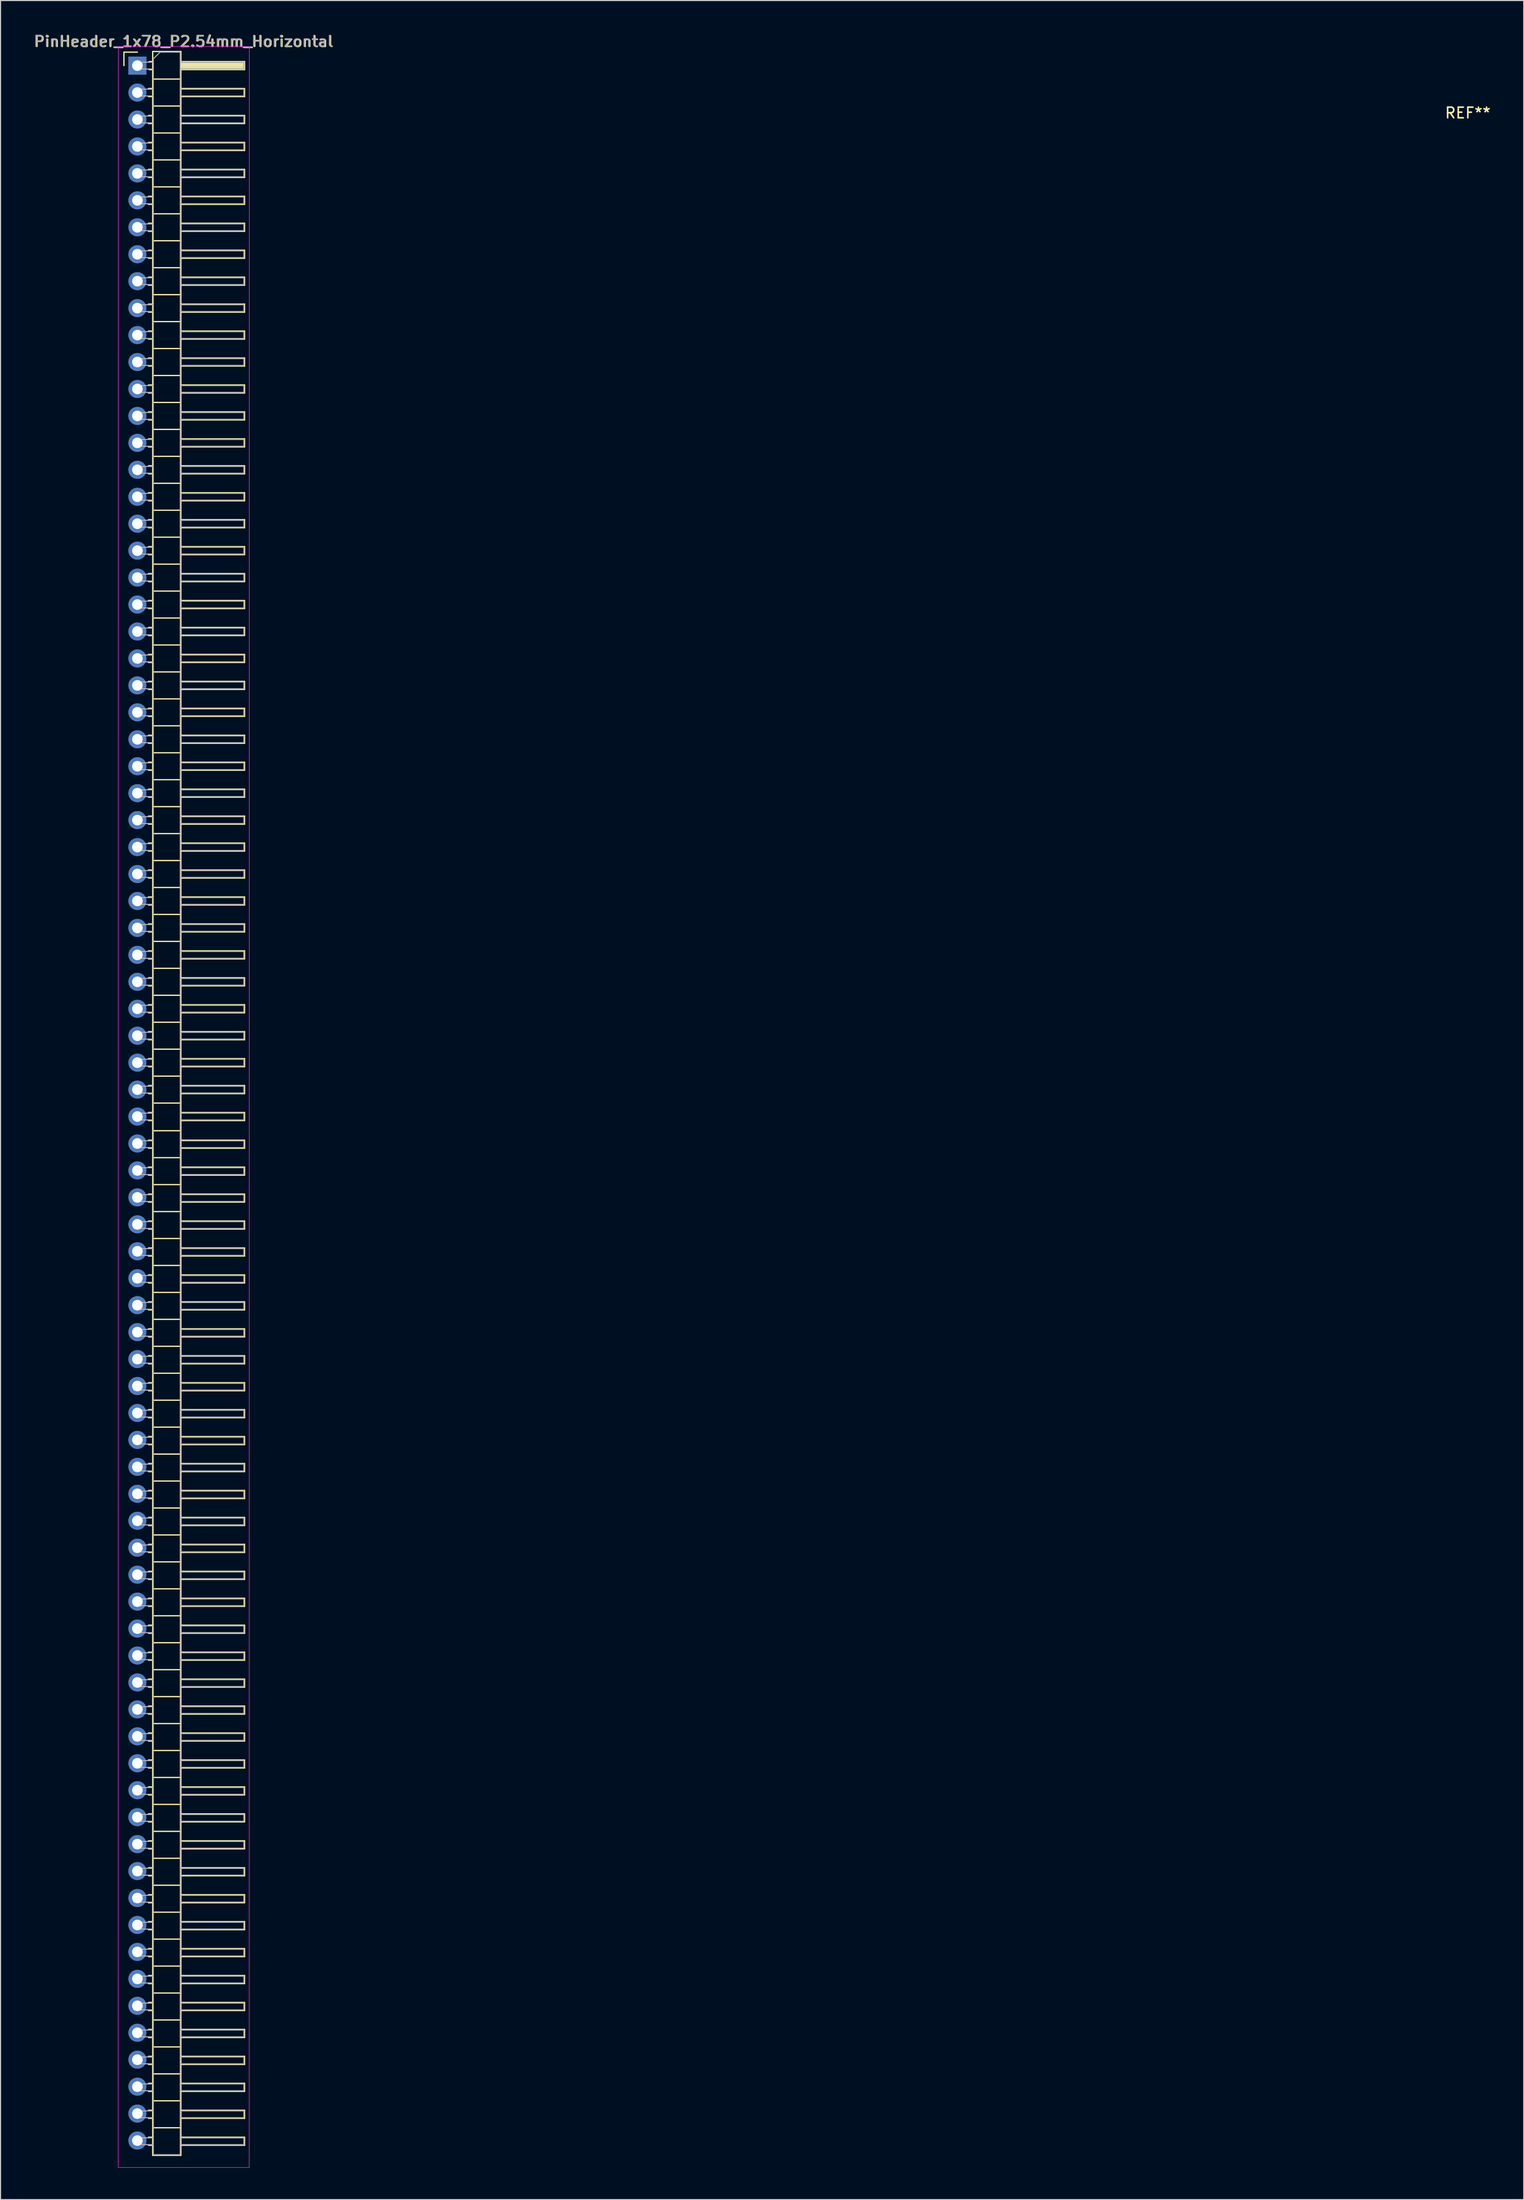
<source format=kicad_pcb>
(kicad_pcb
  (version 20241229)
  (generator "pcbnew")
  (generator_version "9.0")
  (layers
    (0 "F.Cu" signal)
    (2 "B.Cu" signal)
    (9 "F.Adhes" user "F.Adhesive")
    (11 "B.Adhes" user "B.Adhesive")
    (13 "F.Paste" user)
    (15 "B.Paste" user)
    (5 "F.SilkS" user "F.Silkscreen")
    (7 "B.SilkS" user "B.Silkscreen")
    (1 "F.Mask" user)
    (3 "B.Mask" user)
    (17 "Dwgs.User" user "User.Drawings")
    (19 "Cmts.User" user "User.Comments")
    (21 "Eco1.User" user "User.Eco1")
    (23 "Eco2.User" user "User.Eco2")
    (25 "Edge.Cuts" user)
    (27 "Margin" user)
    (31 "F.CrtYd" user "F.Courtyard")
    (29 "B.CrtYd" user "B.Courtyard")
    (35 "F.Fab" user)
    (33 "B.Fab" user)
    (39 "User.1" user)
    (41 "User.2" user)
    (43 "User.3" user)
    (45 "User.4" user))
  (footprint "PinHeader_1x78_P2.54mm_Horizontal"
    (layer "F.Cu")
    (at 9.902 3.134)
    (property "Reference" "PinHeader_1x78_P2.54mm_Horizontal" (at 4.385 -2.27 0) (layer "F.SilkS") (effects (font (size 1 1) (thickness 0.15))))
    (attr through_hole)
    (fp_line (start -1.27 -1.27) (end 0 -1.27) (stroke (width 0.12) (type solid)) (layer "F.SilkS"))
    (fp_line (start -1.27 0) (end -1.27 -1.27) (stroke (width 0.12) (type solid)) (layer "F.SilkS"))
    (fp_line (start 1.043 2.16) (end 1.44 2.16) (stroke (width 0.12) (type solid)) (layer "F.SilkS"))
    (fp_line (start 1.043 2.92) (end 1.44 2.92) (stroke (width 0.12) (type solid)) (layer "F.SilkS"))
    (fp_line (start 1.043 4.7) (end 1.44 4.7) (stroke (width 0.12) (type solid)) (layer "F.SilkS"))
    (fp_line (start 1.043 5.46) (end 1.44 5.46) (stroke (width 0.12) (type solid)) (layer "F.SilkS"))
    (fp_line (start 1.043 7.24) (end 1.44 7.24) (stroke (width 0.12) (type solid)) (layer "F.SilkS"))
    (fp_line (start 1.043 8) (end 1.44 8) (stroke (width 0.12) (type solid)) (layer "F.SilkS"))
    (fp_line (start 1.043 9.78) (end 1.44 9.78) (stroke (width 0.12) (type solid)) (layer "F.SilkS"))
    (fp_line (start 1.043 10.54) (end 1.44 10.54) (stroke (width 0.12) (type solid)) (layer "F.SilkS"))
    (fp_line (start 1.043 12.32) (end 1.44 12.32) (stroke (width 0.12) (type solid)) (layer "F.SilkS"))
    (fp_line (start 1.043 13.08) (end 1.44 13.08) (stroke (width 0.12) (type solid)) (layer "F.SilkS"))
    (fp_line (start 1.043 14.86) (end 1.44 14.86) (stroke (width 0.12) (type solid)) (layer "F.SilkS"))
    (fp_line (start 1.043 15.62) (end 1.44 15.62) (stroke (width 0.12) (type solid)) (layer "F.SilkS"))
    (fp_line (start 1.043 17.4) (end 1.44 17.4) (stroke (width 0.12) (type solid)) (layer "F.SilkS"))
    (fp_line (start 1.043 18.16) (end 1.44 18.16) (stroke (width 0.12) (type solid)) (layer "F.SilkS"))
    (fp_line (start 1.043 19.94) (end 1.44 19.94) (stroke (width 0.12) (type solid)) (layer "F.SilkS"))
    (fp_line (start 1.043 20.7) (end 1.44 20.7) (stroke (width 0.12) (type solid)) (layer "F.SilkS"))
    (fp_line (start 1.043 22.48) (end 1.44 22.48) (stroke (width 0.12) (type solid)) (layer "F.SilkS"))
    (fp_line (start 1.043 23.24) (end 1.44 23.24) (stroke (width 0.12) (type solid)) (layer "F.SilkS"))
    (fp_line (start 1.043 25.02) (end 1.44 25.02) (stroke (width 0.12) (type solid)) (layer "F.SilkS"))
    (fp_line (start 1.043 25.78) (end 1.44 25.78) (stroke (width 0.12) (type solid)) (layer "F.SilkS"))
    (fp_line (start 1.043 27.56) (end 1.44 27.56) (stroke (width 0.12) (type solid)) (layer "F.SilkS"))
    (fp_line (start 1.043 28.32) (end 1.44 28.32) (stroke (width 0.12) (type solid)) (layer "F.SilkS"))
    (fp_line (start 1.043 30.1) (end 1.44 30.1) (stroke (width 0.12) (type solid)) (layer "F.SilkS"))
    (fp_line (start 1.043 30.86) (end 1.44 30.86) (stroke (width 0.12) (type solid)) (layer "F.SilkS"))
    (fp_line (start 1.043 32.64) (end 1.44 32.64) (stroke (width 0.12) (type solid)) (layer "F.SilkS"))
    (fp_line (start 1.043 33.4) (end 1.44 33.4) (stroke (width 0.12) (type solid)) (layer "F.SilkS"))
    (fp_line (start 1.043 35.18) (end 1.44 35.18) (stroke (width 0.12) (type solid)) (layer "F.SilkS"))
    (fp_line (start 1.043 35.94) (end 1.44 35.94) (stroke (width 0.12) (type solid)) (layer "F.SilkS"))
    (fp_line (start 1.043 37.72) (end 1.44 37.72) (stroke (width 0.12) (type solid)) (layer "F.SilkS"))
    (fp_line (start 1.043 38.48) (end 1.44 38.48) (stroke (width 0.12) (type solid)) (layer "F.SilkS"))
    (fp_line (start 1.043 40.26) (end 1.44 40.26) (stroke (width 0.12) (type solid)) (layer "F.SilkS"))
    (fp_line (start 1.043 41.02) (end 1.44 41.02) (stroke (width 0.12) (type solid)) (layer "F.SilkS"))
    (fp_line (start 1.043 42.8) (end 1.44 42.8) (stroke (width 0.12) (type solid)) (layer "F.SilkS"))
    (fp_line (start 1.043 43.56) (end 1.44 43.56) (stroke (width 0.12) (type solid)) (layer "F.SilkS"))
    (fp_line (start 1.043 45.34) (end 1.44 45.34) (stroke (width 0.12) (type solid)) (layer "F.SilkS"))
    (fp_line (start 1.043 46.1) (end 1.44 46.1) (stroke (width 0.12) (type solid)) (layer "F.SilkS"))
    (fp_line (start 1.043 47.88) (end 1.44 47.88) (stroke (width 0.12) (type solid)) (layer "F.SilkS"))
    (fp_line (start 1.043 48.64) (end 1.44 48.64) (stroke (width 0.12) (type solid)) (layer "F.SilkS"))
    (fp_line (start 1.043 50.42) (end 1.44 50.42) (stroke (width 0.12) (type solid)) (layer "F.SilkS"))
    (fp_line (start 1.043 51.18) (end 1.44 51.18) (stroke (width 0.12) (type solid)) (layer "F.SilkS"))
    (fp_line (start 1.043 52.96) (end 1.44 52.96) (stroke (width 0.12) (type solid)) (layer "F.SilkS"))
    (fp_line (start 1.043 53.72) (end 1.44 53.72) (stroke (width 0.12) (type solid)) (layer "F.SilkS"))
    (fp_line (start 1.043 55.5) (end 1.44 55.5) (stroke (width 0.12) (type solid)) (layer "F.SilkS"))
    (fp_line (start 1.043 56.26) (end 1.44 56.26) (stroke (width 0.12) (type solid)) (layer "F.SilkS"))
    (fp_line (start 1.043 58.04) (end 1.44 58.04) (stroke (width 0.12) (type solid)) (layer "F.SilkS"))
    (fp_line (start 1.043 58.8) (end 1.44 58.8) (stroke (width 0.12) (type solid)) (layer "F.SilkS"))
    (fp_line (start 1.043 60.58) (end 1.44 60.58) (stroke (width 0.12) (type solid)) (layer "F.SilkS"))
    (fp_line (start 1.043 61.34) (end 1.44 61.34) (stroke (width 0.12) (type solid)) (layer "F.SilkS"))
    (fp_line (start 1.043 63.12) (end 1.44 63.12) (stroke (width 0.12) (type solid)) (layer "F.SilkS"))
    (fp_line (start 1.043 63.88) (end 1.44 63.88) (stroke (width 0.12) (type solid)) (layer "F.SilkS"))
    (fp_line (start 1.043 65.66) (end 1.44 65.66) (stroke (width 0.12) (type solid)) (layer "F.SilkS"))
    (fp_line (start 1.043 66.42) (end 1.44 66.42) (stroke (width 0.12) (type solid)) (layer "F.SilkS"))
    (fp_line (start 1.043 68.2) (end 1.44 68.2) (stroke (width 0.12) (type solid)) (layer "F.SilkS"))
    (fp_line (start 1.043 68.96) (end 1.44 68.96) (stroke (width 0.12) (type solid)) (layer "F.SilkS"))
    (fp_line (start 1.043 70.74) (end 1.44 70.74) (stroke (width 0.12) (type solid)) (layer "F.SilkS"))
    (fp_line (start 1.043 71.5) (end 1.44 71.5) (stroke (width 0.12) (type solid)) (layer "F.SilkS"))
    (fp_line (start 1.043 73.28) (end 1.44 73.28) (stroke (width 0.12) (type solid)) (layer "F.SilkS"))
    (fp_line (start 1.043 74.04) (end 1.44 74.04) (stroke (width 0.12) (type solid)) (layer "F.SilkS"))
    (fp_line (start 1.043 75.82) (end 1.44 75.82) (stroke (width 0.12) (type solid)) (layer "F.SilkS"))
    (fp_line (start 1.043 76.58) (end 1.44 76.58) (stroke (width 0.12) (type solid)) (layer "F.SilkS"))
    (fp_line (start 1.043 78.36) (end 1.44 78.36) (stroke (width 0.12) (type solid)) (layer "F.SilkS"))
    (fp_line (start 1.043 79.12) (end 1.44 79.12) (stroke (width 0.12) (type solid)) (layer "F.SilkS"))
    (fp_line (start 1.043 80.9) (end 1.44 80.9) (stroke (width 0.12) (type solid)) (layer "F.SilkS"))
    (fp_line (start 1.043 81.66) (end 1.44 81.66) (stroke (width 0.12) (type solid)) (layer "F.SilkS"))
    (fp_line (start 1.043 83.44) (end 1.44 83.44) (stroke (width 0.12) (type solid)) (layer "F.SilkS"))
    (fp_line (start 1.043 84.2) (end 1.44 84.2) (stroke (width 0.12) (type solid)) (layer "F.SilkS"))
    (fp_line (start 1.043 85.98) (end 1.44 85.98) (stroke (width 0.12) (type solid)) (layer "F.SilkS"))
    (fp_line (start 1.043 86.74) (end 1.44 86.74) (stroke (width 0.12) (type solid)) (layer "F.SilkS"))
    (fp_line (start 1.043 88.52) (end 1.44 88.52) (stroke (width 0.12) (type solid)) (layer "F.SilkS"))
    (fp_line (start 1.043 89.28) (end 1.44 89.28) (stroke (width 0.12) (type solid)) (layer "F.SilkS"))
    (fp_line (start 1.043 91.06) (end 1.44 91.06) (stroke (width 0.12) (type solid)) (layer "F.SilkS"))
    (fp_line (start 1.043 91.82) (end 1.44 91.82) (stroke (width 0.12) (type solid)) (layer "F.SilkS"))
    (fp_line (start 1.043 93.6) (end 1.44 93.6) (stroke (width 0.12) (type solid)) (layer "F.SilkS"))
    (fp_line (start 1.043 94.36) (end 1.44 94.36) (stroke (width 0.12) (type solid)) (layer "F.SilkS"))
    (fp_line (start 1.043 96.14) (end 1.44 96.14) (stroke (width 0.12) (type solid)) (layer "F.SilkS"))
    (fp_line (start 1.043 96.9) (end 1.44 96.9) (stroke (width 0.12) (type solid)) (layer "F.SilkS"))
    (fp_line (start 1.043 98.68) (end 1.44 98.68) (stroke (width 0.12) (type solid)) (layer "F.SilkS"))
    (fp_line (start 1.043 99.44) (end 1.44 99.44) (stroke (width 0.12) (type solid)) (layer "F.SilkS"))
    (fp_line (start 1.043 101.286) (end 1.44 101.286) (stroke (width 0.12) (type solid)) (layer "F.SilkS"))
    (fp_line (start 1.043 102.046) (end 1.44 102.046) (stroke (width 0.12) (type solid)) (layer "F.SilkS"))
    (fp_line (start 1.043 103.826) (end 1.44 103.826) (stroke (width 0.12) (type solid)) (layer "F.SilkS"))
    (fp_line (start 1.043 104.586) (end 1.44 104.586) (stroke (width 0.12) (type solid)) (layer "F.SilkS"))
    (fp_line (start 1.043 106.366) (end 1.44 106.366) (stroke (width 0.12) (type solid)) (layer "F.SilkS"))
    (fp_line (start 1.043 107.126) (end 1.44 107.126) (stroke (width 0.12) (type solid)) (layer "F.SilkS"))
    (fp_line (start 1.043 108.906) (end 1.44 108.906) (stroke (width 0.12) (type solid)) (layer "F.SilkS"))
    (fp_line (start 1.043 109.666) (end 1.44 109.666) (stroke (width 0.12) (type solid)) (layer "F.SilkS"))
    (fp_line (start 1.043 111.446) (end 1.44 111.446) (stroke (width 0.12) (type solid)) (layer "F.SilkS"))
    (fp_line (start 1.043 112.206) (end 1.44 112.206) (stroke (width 0.12) (type solid)) (layer "F.SilkS"))
    (fp_line (start 1.043 113.986) (end 1.44 113.986) (stroke (width 0.12) (type solid)) (layer "F.SilkS"))
    (fp_line (start 1.043 114.746) (end 1.44 114.746) (stroke (width 0.12) (type solid)) (layer "F.SilkS"))
    (fp_line (start 1.043 116.526) (end 1.44 116.526) (stroke (width 0.12) (type solid)) (layer "F.SilkS"))
    (fp_line (start 1.043 117.286) (end 1.44 117.286) (stroke (width 0.12) (type solid)) (layer "F.SilkS"))
    (fp_line (start 1.043 119.066) (end 1.44 119.066) (stroke (width 0.12) (type solid)) (layer "F.SilkS"))
    (fp_line (start 1.043 119.826) (end 1.44 119.826) (stroke (width 0.12) (type solid)) (layer "F.SilkS"))
    (fp_line (start 1.043 121.606) (end 1.44 121.606) (stroke (width 0.12) (type solid)) (layer "F.SilkS"))
    (fp_line (start 1.043 122.366) (end 1.44 122.366) (stroke (width 0.12) (type solid)) (layer "F.SilkS"))
    (fp_line (start 1.043 124.146) (end 1.44 124.146) (stroke (width 0.12) (type solid)) (layer "F.SilkS"))
    (fp_line (start 1.043 124.906) (end 1.44 124.906) (stroke (width 0.12) (type solid)) (layer "F.SilkS"))
    (fp_line (start 1.043 126.686) (end 1.44 126.686) (stroke (width 0.12) (type solid)) (layer "F.SilkS"))
    (fp_line (start 1.043 127.446) (end 1.44 127.446) (stroke (width 0.12) (type solid)) (layer "F.SilkS"))
    (fp_line (start 1.043 129.226) (end 1.44 129.226) (stroke (width 0.12) (type solid)) (layer "F.SilkS"))
    (fp_line (start 1.043 129.986) (end 1.44 129.986) (stroke (width 0.12) (type solid)) (layer "F.SilkS"))
    (fp_line (start 1.043 131.766) (end 1.44 131.766) (stroke (width 0.12) (type solid)) (layer "F.SilkS"))
    (fp_line (start 1.043 132.526) (end 1.44 132.526) (stroke (width 0.12) (type solid)) (layer "F.SilkS"))
    (fp_line (start 1.043 134.306) (end 1.44 134.306) (stroke (width 0.12) (type solid)) (layer "F.SilkS"))
    (fp_line (start 1.043 135.066) (end 1.44 135.066) (stroke (width 0.12) (type solid)) (layer "F.SilkS"))
    (fp_line (start 1.043 136.846) (end 1.44 136.846) (stroke (width 0.12) (type solid)) (layer "F.SilkS"))
    (fp_line (start 1.043 137.606) (end 1.44 137.606) (stroke (width 0.12) (type solid)) (layer "F.SilkS"))
    (fp_line (start 1.043 139.386) (end 1.44 139.386) (stroke (width 0.12) (type solid)) (layer "F.SilkS"))
    (fp_line (start 1.043 140.146) (end 1.44 140.146) (stroke (width 0.12) (type solid)) (layer "F.SilkS"))
    (fp_line (start 1.043 141.926) (end 1.44 141.926) (stroke (width 0.12) (type solid)) (layer "F.SilkS"))
    (fp_line (start 1.043 142.686) (end 1.44 142.686) (stroke (width 0.12) (type solid)) (layer "F.SilkS"))
    (fp_line (start 1.043 144.466) (end 1.44 144.466) (stroke (width 0.12) (type solid)) (layer "F.SilkS"))
    (fp_line (start 1.043 145.226) (end 1.44 145.226) (stroke (width 0.12) (type solid)) (layer "F.SilkS"))
    (fp_line (start 1.043 147.006) (end 1.44 147.006) (stroke (width 0.12) (type solid)) (layer "F.SilkS"))
    (fp_line (start 1.043 147.766) (end 1.44 147.766) (stroke (width 0.12) (type solid)) (layer "F.SilkS"))
    (fp_line (start 1.043 149.546) (end 1.44 149.546) (stroke (width 0.12) (type solid)) (layer "F.SilkS"))
    (fp_line (start 1.043 150.306) (end 1.44 150.306) (stroke (width 0.12) (type solid)) (layer "F.SilkS"))
    (fp_line (start 1.043 152.086) (end 1.44 152.086) (stroke (width 0.12) (type solid)) (layer "F.SilkS"))
    (fp_line (start 1.043 152.846) (end 1.44 152.846) (stroke (width 0.12) (type solid)) (layer "F.SilkS"))
    (fp_line (start 1.043 154.626) (end 1.44 154.626) (stroke (width 0.12) (type solid)) (layer "F.SilkS"))
    (fp_line (start 1.043 155.386) (end 1.44 155.386) (stroke (width 0.12) (type solid)) (layer "F.SilkS"))
    (fp_line (start 1.043 157.166) (end 1.44 157.166) (stroke (width 0.12) (type solid)) (layer "F.SilkS"))
    (fp_line (start 1.043 157.926) (end 1.44 157.926) (stroke (width 0.12) (type solid)) (layer "F.SilkS"))
    (fp_line (start 1.043 159.706) (end 1.44 159.706) (stroke (width 0.12) (type solid)) (layer "F.SilkS"))
    (fp_line (start 1.043 160.466) (end 1.44 160.466) (stroke (width 0.12) (type solid)) (layer "F.SilkS"))
    (fp_line (start 1.043 162.246) (end 1.44 162.246) (stroke (width 0.12) (type solid)) (layer "F.SilkS"))
    (fp_line (start 1.043 163.006) (end 1.44 163.006) (stroke (width 0.12) (type solid)) (layer "F.SilkS"))
    (fp_line (start 1.043 164.786) (end 1.44 164.786) (stroke (width 0.12) (type solid)) (layer "F.SilkS"))
    (fp_line (start 1.043 165.546) (end 1.44 165.546) (stroke (width 0.12) (type solid)) (layer "F.SilkS"))
    (fp_line (start 1.043 167.326) (end 1.44 167.326) (stroke (width 0.12) (type solid)) (layer "F.SilkS"))
    (fp_line (start 1.043 168.086) (end 1.44 168.086) (stroke (width 0.12) (type solid)) (layer "F.SilkS"))
    (fp_line (start 1.043 169.866) (end 1.44 169.866) (stroke (width 0.12) (type solid)) (layer "F.SilkS"))
    (fp_line (start 1.043 170.626) (end 1.44 170.626) (stroke (width 0.12) (type solid)) (layer "F.SilkS"))
    (fp_line (start 1.043 172.406) (end 1.44 172.406) (stroke (width 0.12) (type solid)) (layer "F.SilkS"))
    (fp_line (start 1.043 173.166) (end 1.44 173.166) (stroke (width 0.12) (type solid)) (layer "F.SilkS"))
    (fp_line (start 1.043 174.946) (end 1.44 174.946) (stroke (width 0.12) (type solid)) (layer "F.SilkS"))
    (fp_line (start 1.043 175.706) (end 1.44 175.706) (stroke (width 0.12) (type solid)) (layer "F.SilkS"))
    (fp_line (start 1.043 177.486) (end 1.44 177.486) (stroke (width 0.12) (type solid)) (layer "F.SilkS"))
    (fp_line (start 1.043 178.246) (end 1.44 178.246) (stroke (width 0.12) (type solid)) (layer "F.SilkS"))
    (fp_line (start 1.043 180.026) (end 1.44 180.026) (stroke (width 0.12) (type solid)) (layer "F.SilkS"))
    (fp_line (start 1.043 180.786) (end 1.44 180.786) (stroke (width 0.12) (type solid)) (layer "F.SilkS"))
    (fp_line (start 1.043 182.566) (end 1.44 182.566) (stroke (width 0.12) (type solid)) (layer "F.SilkS"))
    (fp_line (start 1.043 183.326) (end 1.44 183.326) (stroke (width 0.12) (type solid)) (layer "F.SilkS"))
    (fp_line (start 1.043 185.106) (end 1.44 185.106) (stroke (width 0.12) (type solid)) (layer "F.SilkS"))
    (fp_line (start 1.043 185.866) (end 1.44 185.866) (stroke (width 0.12) (type solid)) (layer "F.SilkS"))
    (fp_line (start 1.043 187.646) (end 1.44 187.646) (stroke (width 0.12) (type solid)) (layer "F.SilkS"))
    (fp_line (start 1.043 188.406) (end 1.44 188.406) (stroke (width 0.12) (type solid)) (layer "F.SilkS"))
    (fp_line (start 1.043 190.186) (end 1.44 190.186) (stroke (width 0.12) (type solid)) (layer "F.SilkS"))
    (fp_line (start 1.043 190.946) (end 1.44 190.946) (stroke (width 0.12) (type solid)) (layer "F.SilkS"))
    (fp_line (start 1.043 192.726) (end 1.44 192.726) (stroke (width 0.12) (type solid)) (layer "F.SilkS"))
    (fp_line (start 1.043 193.486) (end 1.44 193.486) (stroke (width 0.12) (type solid)) (layer "F.SilkS"))
    (fp_line (start 1.043 195.266) (end 1.44 195.266) (stroke (width 0.12) (type solid)) (layer "F.SilkS"))
    (fp_line (start 1.043 196.026) (end 1.44 196.026) (stroke (width 0.12) (type solid)) (layer "F.SilkS"))
    (fp_line (start 1.11 -0.38) (end 1.44 -0.38) (stroke (width 0.12) (type solid)) (layer "F.SilkS"))
    (fp_line (start 1.11 0.38) (end 1.44 0.38) (stroke (width 0.12) (type solid)) (layer "F.SilkS"))
    (fp_line (start 1.44 -1.33) (end 1.44 196.976) (stroke (width 0.12) (type solid)) (layer "F.SilkS"))
    (fp_line (start 1.44 1.27) (end 4.1 1.27) (stroke (width 0.12) (type solid)) (layer "F.SilkS"))
    (fp_line (start 1.44 3.81) (end 4.1 3.81) (stroke (width 0.12) (type solid)) (layer "F.SilkS"))
    (fp_line (start 1.44 6.35) (end 4.1 6.35) (stroke (width 0.12) (type solid)) (layer "F.SilkS"))
    (fp_line (start 1.44 8.89) (end 4.1 8.89) (stroke (width 0.12) (type solid)) (layer "F.SilkS"))
    (fp_line (start 1.44 11.43) (end 4.1 11.43) (stroke (width 0.12) (type solid)) (layer "F.SilkS"))
    (fp_line (start 1.44 13.97) (end 4.1 13.97) (stroke (width 0.12) (type solid)) (layer "F.SilkS"))
    (fp_line (start 1.44 16.51) (end 4.1 16.51) (stroke (width 0.12) (type solid)) (layer "F.SilkS"))
    (fp_line (start 1.44 19.05) (end 4.1 19.05) (stroke (width 0.12) (type solid)) (layer "F.SilkS"))
    (fp_line (start 1.44 21.59) (end 4.1 21.59) (stroke (width 0.12) (type solid)) (layer "F.SilkS"))
    (fp_line (start 1.44 24.13) (end 4.1 24.13) (stroke (width 0.12) (type solid)) (layer "F.SilkS"))
    (fp_line (start 1.44 26.67) (end 4.1 26.67) (stroke (width 0.12) (type solid)) (layer "F.SilkS"))
    (fp_line (start 1.44 29.21) (end 4.1 29.21) (stroke (width 0.12) (type solid)) (layer "F.SilkS"))
    (fp_line (start 1.44 31.75) (end 4.1 31.75) (stroke (width 0.12) (type solid)) (layer "F.SilkS"))
    (fp_line (start 1.44 34.29) (end 4.1 34.29) (stroke (width 0.12) (type solid)) (layer "F.SilkS"))
    (fp_line (start 1.44 36.83) (end 4.1 36.83) (stroke (width 0.12) (type solid)) (layer "F.SilkS"))
    (fp_line (start 1.44 39.37) (end 4.1 39.37) (stroke (width 0.12) (type solid)) (layer "F.SilkS"))
    (fp_line (start 1.44 41.91) (end 4.1 41.91) (stroke (width 0.12) (type solid)) (layer "F.SilkS"))
    (fp_line (start 1.44 44.45) (end 4.1 44.45) (stroke (width 0.12) (type solid)) (layer "F.SilkS"))
    (fp_line (start 1.44 46.99) (end 4.1 46.99) (stroke (width 0.12) (type solid)) (layer "F.SilkS"))
    (fp_line (start 1.44 49.53) (end 4.1 49.53) (stroke (width 0.12) (type solid)) (layer "F.SilkS"))
    (fp_line (start 1.44 52.07) (end 4.1 52.07) (stroke (width 0.12) (type solid)) (layer "F.SilkS"))
    (fp_line (start 1.44 54.61) (end 4.1 54.61) (stroke (width 0.12) (type solid)) (layer "F.SilkS"))
    (fp_line (start 1.44 57.15) (end 4.1 57.15) (stroke (width 0.12) (type solid)) (layer "F.SilkS"))
    (fp_line (start 1.44 59.69) (end 4.1 59.69) (stroke (width 0.12) (type solid)) (layer "F.SilkS"))
    (fp_line (start 1.44 62.23) (end 4.1 62.23) (stroke (width 0.12) (type solid)) (layer "F.SilkS"))
    (fp_line (start 1.44 64.77) (end 4.1 64.77) (stroke (width 0.12) (type solid)) (layer "F.SilkS"))
    (fp_line (start 1.44 67.31) (end 4.1 67.31) (stroke (width 0.12) (type solid)) (layer "F.SilkS"))
    (fp_line (start 1.44 69.85) (end 4.1 69.85) (stroke (width 0.12) (type solid)) (layer "F.SilkS"))
    (fp_line (start 1.44 72.39) (end 4.1 72.39) (stroke (width 0.12) (type solid)) (layer "F.SilkS"))
    (fp_line (start 1.44 74.93) (end 4.1 74.93) (stroke (width 0.12) (type solid)) (layer "F.SilkS"))
    (fp_line (start 1.44 77.47) (end 4.1 77.47) (stroke (width 0.12) (type solid)) (layer "F.SilkS"))
    (fp_line (start 1.44 80.01) (end 4.1 80.01) (stroke (width 0.12) (type solid)) (layer "F.SilkS"))
    (fp_line (start 1.44 82.55) (end 4.1 82.55) (stroke (width 0.12) (type solid)) (layer "F.SilkS"))
    (fp_line (start 1.44 85.09) (end 4.1 85.09) (stroke (width 0.12) (type solid)) (layer "F.SilkS"))
    (fp_line (start 1.44 87.63) (end 4.1 87.63) (stroke (width 0.12) (type solid)) (layer "F.SilkS"))
    (fp_line (start 1.44 90.17) (end 4.1 90.17) (stroke (width 0.12) (type solid)) (layer "F.SilkS"))
    (fp_line (start 1.44 92.71) (end 4.1 92.71) (stroke (width 0.12) (type solid)) (layer "F.SilkS"))
    (fp_line (start 1.44 95.25) (end 4.1 95.25) (stroke (width 0.12) (type solid)) (layer "F.SilkS"))
    (fp_line (start 1.44 97.79) (end 4.1 97.79) (stroke (width 0.12) (type solid)) (layer "F.SilkS"))
    (fp_line (start 1.44 100.396) (end 4.1 100.396) (stroke (width 0.12) (type solid)) (layer "F.SilkS"))
    (fp_line (start 1.44 102.936) (end 4.1 102.936) (stroke (width 0.12) (type solid)) (layer "F.SilkS"))
    (fp_line (start 1.44 105.476) (end 4.1 105.476) (stroke (width 0.12) (type solid)) (layer "F.SilkS"))
    (fp_line (start 1.44 108.016) (end 4.1 108.016) (stroke (width 0.12) (type solid)) (layer "F.SilkS"))
    (fp_line (start 1.44 110.556) (end 4.1 110.556) (stroke (width 0.12) (type solid)) (layer "F.SilkS"))
    (fp_line (start 1.44 113.096) (end 4.1 113.096) (stroke (width 0.12) (type solid)) (layer "F.SilkS"))
    (fp_line (start 1.44 115.636) (end 4.1 115.636) (stroke (width 0.12) (type solid)) (layer "F.SilkS"))
    (fp_line (start 1.44 118.176) (end 4.1 118.176) (stroke (width 0.12) (type solid)) (layer "F.SilkS"))
    (fp_line (start 1.44 120.716) (end 4.1 120.716) (stroke (width 0.12) (type solid)) (layer "F.SilkS"))
    (fp_line (start 1.44 123.256) (end 4.1 123.256) (stroke (width 0.12) (type solid)) (layer "F.SilkS"))
    (fp_line (start 1.44 125.796) (end 4.1 125.796) (stroke (width 0.12) (type solid)) (layer "F.SilkS"))
    (fp_line (start 1.44 128.336) (end 4.1 128.336) (stroke (width 0.12) (type solid)) (layer "F.SilkS"))
    (fp_line (start 1.44 130.876) (end 4.1 130.876) (stroke (width 0.12) (type solid)) (layer "F.SilkS"))
    (fp_line (start 1.44 133.416) (end 4.1 133.416) (stroke (width 0.12) (type solid)) (layer "F.SilkS"))
    (fp_line (start 1.44 135.956) (end 4.1 135.956) (stroke (width 0.12) (type solid)) (layer "F.SilkS"))
    (fp_line (start 1.44 138.496) (end 4.1 138.496) (stroke (width 0.12) (type solid)) (layer "F.SilkS"))
    (fp_line (start 1.44 141.036) (end 4.1 141.036) (stroke (width 0.12) (type solid)) (layer "F.SilkS"))
    (fp_line (start 1.44 143.576) (end 4.1 143.576) (stroke (width 0.12) (type solid)) (layer "F.SilkS"))
    (fp_line (start 1.44 146.116) (end 4.1 146.116) (stroke (width 0.12) (type solid)) (layer "F.SilkS"))
    (fp_line (start 1.44 148.656) (end 4.1 148.656) (stroke (width 0.12) (type solid)) (layer "F.SilkS"))
    (fp_line (start 1.44 151.196) (end 4.1 151.196) (stroke (width 0.12) (type solid)) (layer "F.SilkS"))
    (fp_line (start 1.44 153.736) (end 4.1 153.736) (stroke (width 0.12) (type solid)) (layer "F.SilkS"))
    (fp_line (start 1.44 156.276) (end 4.1 156.276) (stroke (width 0.12) (type solid)) (layer "F.SilkS"))
    (fp_line (start 1.44 158.816) (end 4.1 158.816) (stroke (width 0.12) (type solid)) (layer "F.SilkS"))
    (fp_line (start 1.44 161.356) (end 4.1 161.356) (stroke (width 0.12) (type solid)) (layer "F.SilkS"))
    (fp_line (start 1.44 163.896) (end 4.1 163.896) (stroke (width 0.12) (type solid)) (layer "F.SilkS"))
    (fp_line (start 1.44 166.436) (end 4.1 166.436) (stroke (width 0.12) (type solid)) (layer "F.SilkS"))
    (fp_line (start 1.44 168.976) (end 4.1 168.976) (stroke (width 0.12) (type solid)) (layer "F.SilkS"))
    (fp_line (start 1.44 171.516) (end 4.1 171.516) (stroke (width 0.12) (type solid)) (layer "F.SilkS"))
    (fp_line (start 1.44 174.056) (end 4.1 174.056) (stroke (width 0.12) (type solid)) (layer "F.SilkS"))
    (fp_line (start 1.44 176.596) (end 4.1 176.596) (stroke (width 0.12) (type solid)) (layer "F.SilkS"))
    (fp_line (start 1.44 179.136) (end 4.1 179.136) (stroke (width 0.12) (type solid)) (layer "F.SilkS"))
    (fp_line (start 1.44 181.676) (end 4.1 181.676) (stroke (width 0.12) (type solid)) (layer "F.SilkS"))
    (fp_line (start 1.44 184.216) (end 4.1 184.216) (stroke (width 0.12) (type solid)) (layer "F.SilkS"))
    (fp_line (start 1.44 186.756) (end 4.1 186.756) (stroke (width 0.12) (type solid)) (layer "F.SilkS"))
    (fp_line (start 1.44 189.296) (end 4.1 189.296) (stroke (width 0.12) (type solid)) (layer "F.SilkS"))
    (fp_line (start 1.44 191.836) (end 4.1 191.836) (stroke (width 0.12) (type solid)) (layer "F.SilkS"))
    (fp_line (start 1.44 194.376) (end 4.1 194.376) (stroke (width 0.12) (type solid)) (layer "F.SilkS"))
    (fp_line (start 1.44 196.976) (end 4.1 196.976) (stroke (width 0.12) (type solid)) (layer "F.SilkS"))
    (fp_line (start 4.1 -1.33) (end 1.44 -1.33) (stroke (width 0.12) (type solid)) (layer "F.SilkS"))
    (fp_line (start 4.1 -0.38) (end 10.1 -0.38) (stroke (width 0.12) (type solid)) (layer "F.SilkS"))
    (fp_line (start 4.1 -0.32) (end 10.1 -0.32) (stroke (width 0.12) (type solid)) (layer "F.SilkS"))
    (fp_line (start 4.1 -0.2) (end 10.1 -0.2) (stroke (width 0.12) (type solid)) (layer "F.SilkS"))
    (fp_line (start 4.1 -0.08) (end 10.1 -0.08) (stroke (width 0.12) (type solid)) (layer "F.SilkS"))
    (fp_line (start 4.1 0.04) (end 10.1 0.04) (stroke (width 0.12) (type solid)) (layer "F.SilkS"))
    (fp_line (start 4.1 0.16) (end 10.1 0.16) (stroke (width 0.12) (type solid)) (layer "F.SilkS"))
    (fp_line (start 4.1 0.28) (end 10.1 0.28) (stroke (width 0.12) (type solid)) (layer "F.SilkS"))
    (fp_line (start 4.1 2.16) (end 10.1 2.16) (stroke (width 0.12) (type solid)) (layer "F.SilkS"))
    (fp_line (start 4.1 4.7) (end 10.1 4.7) (stroke (width 0.12) (type solid)) (layer "F.SilkS"))
    (fp_line (start 4.1 7.24) (end 10.1 7.24) (stroke (width 0.12) (type solid)) (layer "F.SilkS"))
    (fp_line (start 4.1 9.78) (end 10.1 9.78) (stroke (width 0.12) (type solid)) (layer "F.SilkS"))
    (fp_line (start 4.1 12.32) (end 10.1 12.32) (stroke (width 0.12) (type solid)) (layer "F.SilkS"))
    (fp_line (start 4.1 14.86) (end 10.1 14.86) (stroke (width 0.12) (type solid)) (layer "F.SilkS"))
    (fp_line (start 4.1 17.4) (end 10.1 17.4) (stroke (width 0.12) (type solid)) (layer "F.SilkS"))
    (fp_line (start 4.1 19.94) (end 10.1 19.94) (stroke (width 0.12) (type solid)) (layer "F.SilkS"))
    (fp_line (start 4.1 22.48) (end 10.1 22.48) (stroke (width 0.12) (type solid)) (layer "F.SilkS"))
    (fp_line (start 4.1 25.02) (end 10.1 25.02) (stroke (width 0.12) (type solid)) (layer "F.SilkS"))
    (fp_line (start 4.1 27.56) (end 10.1 27.56) (stroke (width 0.12) (type solid)) (layer "F.SilkS"))
    (fp_line (start 4.1 30.1) (end 10.1 30.1) (stroke (width 0.12) (type solid)) (layer "F.SilkS"))
    (fp_line (start 4.1 32.64) (end 10.1 32.64) (stroke (width 0.12) (type solid)) (layer "F.SilkS"))
    (fp_line (start 4.1 35.18) (end 10.1 35.18) (stroke (width 0.12) (type solid)) (layer "F.SilkS"))
    (fp_line (start 4.1 37.72) (end 10.1 37.72) (stroke (width 0.12) (type solid)) (layer "F.SilkS"))
    (fp_line (start 4.1 40.26) (end 10.1 40.26) (stroke (width 0.12) (type solid)) (layer "F.SilkS"))
    (fp_line (start 4.1 42.8) (end 10.1 42.8) (stroke (width 0.12) (type solid)) (layer "F.SilkS"))
    (fp_line (start 4.1 45.34) (end 10.1 45.34) (stroke (width 0.12) (type solid)) (layer "F.SilkS"))
    (fp_line (start 4.1 47.88) (end 10.1 47.88) (stroke (width 0.12) (type solid)) (layer "F.SilkS"))
    (fp_line (start 4.1 50.42) (end 10.1 50.42) (stroke (width 0.12) (type solid)) (layer "F.SilkS"))
    (fp_line (start 4.1 52.96) (end 10.1 52.96) (stroke (width 0.12) (type solid)) (layer "F.SilkS"))
    (fp_line (start 4.1 55.5) (end 10.1 55.5) (stroke (width 0.12) (type solid)) (layer "F.SilkS"))
    (fp_line (start 4.1 58.04) (end 10.1 58.04) (stroke (width 0.12) (type solid)) (layer "F.SilkS"))
    (fp_line (start 4.1 60.58) (end 10.1 60.58) (stroke (width 0.12) (type solid)) (layer "F.SilkS"))
    (fp_line (start 4.1 63.12) (end 10.1 63.12) (stroke (width 0.12) (type solid)) (layer "F.SilkS"))
    (fp_line (start 4.1 65.66) (end 10.1 65.66) (stroke (width 0.12) (type solid)) (layer "F.SilkS"))
    (fp_line (start 4.1 68.2) (end 10.1 68.2) (stroke (width 0.12) (type solid)) (layer "F.SilkS"))
    (fp_line (start 4.1 70.74) (end 10.1 70.74) (stroke (width 0.12) (type solid)) (layer "F.SilkS"))
    (fp_line (start 4.1 73.28) (end 10.1 73.28) (stroke (width 0.12) (type solid)) (layer "F.SilkS"))
    (fp_line (start 4.1 75.82) (end 10.1 75.82) (stroke (width 0.12) (type solid)) (layer "F.SilkS"))
    (fp_line (start 4.1 78.36) (end 10.1 78.36) (stroke (width 0.12) (type solid)) (layer "F.SilkS"))
    (fp_line (start 4.1 80.9) (end 10.1 80.9) (stroke (width 0.12) (type solid)) (layer "F.SilkS"))
    (fp_line (start 4.1 83.44) (end 10.1 83.44) (stroke (width 0.12) (type solid)) (layer "F.SilkS"))
    (fp_line (start 4.1 85.98) (end 10.1 85.98) (stroke (width 0.12) (type solid)) (layer "F.SilkS"))
    (fp_line (start 4.1 88.52) (end 10.1 88.52) (stroke (width 0.12) (type solid)) (layer "F.SilkS"))
    (fp_line (start 4.1 91.06) (end 10.1 91.06) (stroke (width 0.12) (type solid)) (layer "F.SilkS"))
    (fp_line (start 4.1 93.6) (end 10.1 93.6) (stroke (width 0.12) (type solid)) (layer "F.SilkS"))
    (fp_line (start 4.1 96.14) (end 10.1 96.14) (stroke (width 0.12) (type solid)) (layer "F.SilkS"))
    (fp_line (start 4.1 98.68) (end 10.1 98.68) (stroke (width 0.12) (type solid)) (layer "F.SilkS"))
    (fp_line (start 4.1 101.286) (end 10.1 101.286) (stroke (width 0.12) (type solid)) (layer "F.SilkS"))
    (fp_line (start 4.1 103.826) (end 10.1 103.826) (stroke (width 0.12) (type solid)) (layer "F.SilkS"))
    (fp_line (start 4.1 106.366) (end 10.1 106.366) (stroke (width 0.12) (type solid)) (layer "F.SilkS"))
    (fp_line (start 4.1 108.906) (end 10.1 108.906) (stroke (width 0.12) (type solid)) (layer "F.SilkS"))
    (fp_line (start 4.1 111.446) (end 10.1 111.446) (stroke (width 0.12) (type solid)) (layer "F.SilkS"))
    (fp_line (start 4.1 113.986) (end 10.1 113.986) (stroke (width 0.12) (type solid)) (layer "F.SilkS"))
    (fp_line (start 4.1 116.526) (end 10.1 116.526) (stroke (width 0.12) (type solid)) (layer "F.SilkS"))
    (fp_line (start 4.1 119.066) (end 10.1 119.066) (stroke (width 0.12) (type solid)) (layer "F.SilkS"))
    (fp_line (start 4.1 121.606) (end 10.1 121.606) (stroke (width 0.12) (type solid)) (layer "F.SilkS"))
    (fp_line (start 4.1 124.146) (end 10.1 124.146) (stroke (width 0.12) (type solid)) (layer "F.SilkS"))
    (fp_line (start 4.1 126.686) (end 10.1 126.686) (stroke (width 0.12) (type solid)) (layer "F.SilkS"))
    (fp_line (start 4.1 129.226) (end 10.1 129.226) (stroke (width 0.12) (type solid)) (layer "F.SilkS"))
    (fp_line (start 4.1 131.766) (end 10.1 131.766) (stroke (width 0.12) (type solid)) (layer "F.SilkS"))
    (fp_line (start 4.1 134.306) (end 10.1 134.306) (stroke (width 0.12) (type solid)) (layer "F.SilkS"))
    (fp_line (start 4.1 136.846) (end 10.1 136.846) (stroke (width 0.12) (type solid)) (layer "F.SilkS"))
    (fp_line (start 4.1 139.386) (end 10.1 139.386) (stroke (width 0.12) (type solid)) (layer "F.SilkS"))
    (fp_line (start 4.1 141.926) (end 10.1 141.926) (stroke (width 0.12) (type solid)) (layer "F.SilkS"))
    (fp_line (start 4.1 144.466) (end 10.1 144.466) (stroke (width 0.12) (type solid)) (layer "F.SilkS"))
    (fp_line (start 4.1 147.006) (end 10.1 147.006) (stroke (width 0.12) (type solid)) (layer "F.SilkS"))
    (fp_line (start 4.1 149.546) (end 10.1 149.546) (stroke (width 0.12) (type solid)) (layer "F.SilkS"))
    (fp_line (start 4.1 152.086) (end 10.1 152.086) (stroke (width 0.12) (type solid)) (layer "F.SilkS"))
    (fp_line (start 4.1 154.626) (end 10.1 154.626) (stroke (width 0.12) (type solid)) (layer "F.SilkS"))
    (fp_line (start 4.1 157.166) (end 10.1 157.166) (stroke (width 0.12) (type solid)) (layer "F.SilkS"))
    (fp_line (start 4.1 159.706) (end 10.1 159.706) (stroke (width 0.12) (type solid)) (layer "F.SilkS"))
    (fp_line (start 4.1 162.246) (end 10.1 162.246) (stroke (width 0.12) (type solid)) (layer "F.SilkS"))
    (fp_line (start 4.1 164.786) (end 10.1 164.786) (stroke (width 0.12) (type solid)) (layer "F.SilkS"))
    (fp_line (start 4.1 167.326) (end 10.1 167.326) (stroke (width 0.12) (type solid)) (layer "F.SilkS"))
    (fp_line (start 4.1 169.866) (end 10.1 169.866) (stroke (width 0.12) (type solid)) (layer "F.SilkS"))
    (fp_line (start 4.1 172.406) (end 10.1 172.406) (stroke (width 0.12) (type solid)) (layer "F.SilkS"))
    (fp_line (start 4.1 174.946) (end 10.1 174.946) (stroke (width 0.12) (type solid)) (layer "F.SilkS"))
    (fp_line (start 4.1 177.486) (end 10.1 177.486) (stroke (width 0.12) (type solid)) (layer "F.SilkS"))
    (fp_line (start 4.1 180.026) (end 10.1 180.026) (stroke (width 0.12) (type solid)) (layer "F.SilkS"))
    (fp_line (start 4.1 182.566) (end 10.1 182.566) (stroke (width 0.12) (type solid)) (layer "F.SilkS"))
    (fp_line (start 4.1 185.106) (end 10.1 185.106) (stroke (width 0.12) (type solid)) (layer "F.SilkS"))
    (fp_line (start 4.1 187.646) (end 10.1 187.646) (stroke (width 0.12) (type solid)) (layer "F.SilkS"))
    (fp_line (start 4.1 190.186) (end 10.1 190.186) (stroke (width 0.12) (type solid)) (layer "F.SilkS"))
    (fp_line (start 4.1 192.726) (end 10.1 192.726) (stroke (width 0.12) (type solid)) (layer "F.SilkS"))
    (fp_line (start 4.1 195.266) (end 10.1 195.266) (stroke (width 0.12) (type solid)) (layer "F.SilkS"))
    (fp_line (start 4.1 196.976) (end 4.1 -1.33) (stroke (width 0.12) (type solid)) (layer "F.SilkS"))
    (fp_line (start 10.1 -0.38) (end 10.1 0.38) (stroke (width 0.12) (type solid)) (layer "F.SilkS"))
    (fp_line (start 10.1 0.38) (end 4.1 0.38) (stroke (width 0.12) (type solid)) (layer "F.SilkS"))
    (fp_line (start 10.1 2.16) (end 10.1 2.92) (stroke (width 0.12) (type solid)) (layer "F.SilkS"))
    (fp_line (start 10.1 2.92) (end 4.1 2.92) (stroke (width 0.12) (type solid)) (layer "F.SilkS"))
    (fp_line (start 10.1 4.7) (end 10.1 5.46) (stroke (width 0.12) (type solid)) (layer "F.SilkS"))
    (fp_line (start 10.1 5.46) (end 4.1 5.46) (stroke (width 0.12) (type solid)) (layer "F.SilkS"))
    (fp_line (start 10.1 7.24) (end 10.1 8) (stroke (width 0.12) (type solid)) (layer "F.SilkS"))
    (fp_line (start 10.1 8) (end 4.1 8) (stroke (width 0.12) (type solid)) (layer "F.SilkS"))
    (fp_line (start 10.1 9.78) (end 10.1 10.54) (stroke (width 0.12) (type solid)) (layer "F.SilkS"))
    (fp_line (start 10.1 10.54) (end 4.1 10.54) (stroke (width 0.12) (type solid)) (layer "F.SilkS"))
    (fp_line (start 10.1 12.32) (end 10.1 13.08) (stroke (width 0.12) (type solid)) (layer "F.SilkS"))
    (fp_line (start 10.1 13.08) (end 4.1 13.08) (stroke (width 0.12) (type solid)) (layer "F.SilkS"))
    (fp_line (start 10.1 14.86) (end 10.1 15.62) (stroke (width 0.12) (type solid)) (layer "F.SilkS"))
    (fp_line (start 10.1 15.62) (end 4.1 15.62) (stroke (width 0.12) (type solid)) (layer "F.SilkS"))
    (fp_line (start 10.1 17.4) (end 10.1 18.16) (stroke (width 0.12) (type solid)) (layer "F.SilkS"))
    (fp_line (start 10.1 18.16) (end 4.1 18.16) (stroke (width 0.12) (type solid)) (layer "F.SilkS"))
    (fp_line (start 10.1 19.94) (end 10.1 20.7) (stroke (width 0.12) (type solid)) (layer "F.SilkS"))
    (fp_line (start 10.1 20.7) (end 4.1 20.7) (stroke (width 0.12) (type solid)) (layer "F.SilkS"))
    (fp_line (start 10.1 22.48) (end 10.1 23.24) (stroke (width 0.12) (type solid)) (layer "F.SilkS"))
    (fp_line (start 10.1 23.24) (end 4.1 23.24) (stroke (width 0.12) (type solid)) (layer "F.SilkS"))
    (fp_line (start 10.1 25.02) (end 10.1 25.78) (stroke (width 0.12) (type solid)) (layer "F.SilkS"))
    (fp_line (start 10.1 25.78) (end 4.1 25.78) (stroke (width 0.12) (type solid)) (layer "F.SilkS"))
    (fp_line (start 10.1 27.56) (end 10.1 28.32) (stroke (width 0.12) (type solid)) (layer "F.SilkS"))
    (fp_line (start 10.1 28.32) (end 4.1 28.32) (stroke (width 0.12) (type solid)) (layer "F.SilkS"))
    (fp_line (start 10.1 30.1) (end 10.1 30.86) (stroke (width 0.12) (type solid)) (layer "F.SilkS"))
    (fp_line (start 10.1 30.86) (end 4.1 30.86) (stroke (width 0.12) (type solid)) (layer "F.SilkS"))
    (fp_line (start 10.1 32.64) (end 10.1 33.4) (stroke (width 0.12) (type solid)) (layer "F.SilkS"))
    (fp_line (start 10.1 33.4) (end 4.1 33.4) (stroke (width 0.12) (type solid)) (layer "F.SilkS"))
    (fp_line (start 10.1 35.18) (end 10.1 35.94) (stroke (width 0.12) (type solid)) (layer "F.SilkS"))
    (fp_line (start 10.1 35.94) (end 4.1 35.94) (stroke (width 0.12) (type solid)) (layer "F.SilkS"))
    (fp_line (start 10.1 37.72) (end 10.1 38.48) (stroke (width 0.12) (type solid)) (layer "F.SilkS"))
    (fp_line (start 10.1 38.48) (end 4.1 38.48) (stroke (width 0.12) (type solid)) (layer "F.SilkS"))
    (fp_line (start 10.1 40.26) (end 10.1 41.02) (stroke (width 0.12) (type solid)) (layer "F.SilkS"))
    (fp_line (start 10.1 41.02) (end 4.1 41.02) (stroke (width 0.12) (type solid)) (layer "F.SilkS"))
    (fp_line (start 10.1 42.8) (end 10.1 43.56) (stroke (width 0.12) (type solid)) (layer "F.SilkS"))
    (fp_line (start 10.1 43.56) (end 4.1 43.56) (stroke (width 0.12) (type solid)) (layer "F.SilkS"))
    (fp_line (start 10.1 45.34) (end 10.1 46.1) (stroke (width 0.12) (type solid)) (layer "F.SilkS"))
    (fp_line (start 10.1 46.1) (end 4.1 46.1) (stroke (width 0.12) (type solid)) (layer "F.SilkS"))
    (fp_line (start 10.1 47.88) (end 10.1 48.64) (stroke (width 0.12) (type solid)) (layer "F.SilkS"))
    (fp_line (start 10.1 48.64) (end 4.1 48.64) (stroke (width 0.12) (type solid)) (layer "F.SilkS"))
    (fp_line (start 10.1 50.42) (end 10.1 51.18) (stroke (width 0.12) (type solid)) (layer "F.SilkS"))
    (fp_line (start 10.1 51.18) (end 4.1 51.18) (stroke (width 0.12) (type solid)) (layer "F.SilkS"))
    (fp_line (start 10.1 52.96) (end 10.1 53.72) (stroke (width 0.12) (type solid)) (layer "F.SilkS"))
    (fp_line (start 10.1 53.72) (end 4.1 53.72) (stroke (width 0.12) (type solid)) (layer "F.SilkS"))
    (fp_line (start 10.1 55.5) (end 10.1 56.26) (stroke (width 0.12) (type solid)) (layer "F.SilkS"))
    (fp_line (start 10.1 56.26) (end 4.1 56.26) (stroke (width 0.12) (type solid)) (layer "F.SilkS"))
    (fp_line (start 10.1 58.04) (end 10.1 58.8) (stroke (width 0.12) (type solid)) (layer "F.SilkS"))
    (fp_line (start 10.1 58.8) (end 4.1 58.8) (stroke (width 0.12) (type solid)) (layer "F.SilkS"))
    (fp_line (start 10.1 60.58) (end 10.1 61.34) (stroke (width 0.12) (type solid)) (layer "F.SilkS"))
    (fp_line (start 10.1 61.34) (end 4.1 61.34) (stroke (width 0.12) (type solid)) (layer "F.SilkS"))
    (fp_line (start 10.1 63.12) (end 10.1 63.88) (stroke (width 0.12) (type solid)) (layer "F.SilkS"))
    (fp_line (start 10.1 63.88) (end 4.1 63.88) (stroke (width 0.12) (type solid)) (layer "F.SilkS"))
    (fp_line (start 10.1 65.66) (end 10.1 66.42) (stroke (width 0.12) (type solid)) (layer "F.SilkS"))
    (fp_line (start 10.1 66.42) (end 4.1 66.42) (stroke (width 0.12) (type solid)) (layer "F.SilkS"))
    (fp_line (start 10.1 68.2) (end 10.1 68.96) (stroke (width 0.12) (type solid)) (layer "F.SilkS"))
    (fp_line (start 10.1 68.96) (end 4.1 68.96) (stroke (width 0.12) (type solid)) (layer "F.SilkS"))
    (fp_line (start 10.1 70.74) (end 10.1 71.5) (stroke (width 0.12) (type solid)) (layer "F.SilkS"))
    (fp_line (start 10.1 71.5) (end 4.1 71.5) (stroke (width 0.12) (type solid)) (layer "F.SilkS"))
    (fp_line (start 10.1 73.28) (end 10.1 74.04) (stroke (width 0.12) (type solid)) (layer "F.SilkS"))
    (fp_line (start 10.1 74.04) (end 4.1 74.04) (stroke (width 0.12) (type solid)) (layer "F.SilkS"))
    (fp_line (start 10.1 75.82) (end 10.1 76.58) (stroke (width 0.12) (type solid)) (layer "F.SilkS"))
    (fp_line (start 10.1 76.58) (end 4.1 76.58) (stroke (width 0.12) (type solid)) (layer "F.SilkS"))
    (fp_line (start 10.1 78.36) (end 10.1 79.12) (stroke (width 0.12) (type solid)) (layer "F.SilkS"))
    (fp_line (start 10.1 79.12) (end 4.1 79.12) (stroke (width 0.12) (type solid)) (layer "F.SilkS"))
    (fp_line (start 10.1 80.9) (end 10.1 81.66) (stroke (width 0.12) (type solid)) (layer "F.SilkS"))
    (fp_line (start 10.1 81.66) (end 4.1 81.66) (stroke (width 0.12) (type solid)) (layer "F.SilkS"))
    (fp_line (start 10.1 83.44) (end 10.1 84.2) (stroke (width 0.12) (type solid)) (layer "F.SilkS"))
    (fp_line (start 10.1 84.2) (end 4.1 84.2) (stroke (width 0.12) (type solid)) (layer "F.SilkS"))
    (fp_line (start 10.1 85.98) (end 10.1 86.74) (stroke (width 0.12) (type solid)) (layer "F.SilkS"))
    (fp_line (start 10.1 86.74) (end 4.1 86.74) (stroke (width 0.12) (type solid)) (layer "F.SilkS"))
    (fp_line (start 10.1 88.52) (end 10.1 89.28) (stroke (width 0.12) (type solid)) (layer "F.SilkS"))
    (fp_line (start 10.1 89.28) (end 4.1 89.28) (stroke (width 0.12) (type solid)) (layer "F.SilkS"))
    (fp_line (start 10.1 91.06) (end 10.1 91.82) (stroke (width 0.12) (type solid)) (layer "F.SilkS"))
    (fp_line (start 10.1 91.82) (end 4.1 91.82) (stroke (width 0.12) (type solid)) (layer "F.SilkS"))
    (fp_line (start 10.1 93.6) (end 10.1 94.36) (stroke (width 0.12) (type solid)) (layer "F.SilkS"))
    (fp_line (start 10.1 94.36) (end 4.1 94.36) (stroke (width 0.12) (type solid)) (layer "F.SilkS"))
    (fp_line (start 10.1 96.14) (end 10.1 96.9) (stroke (width 0.12) (type solid)) (layer "F.SilkS"))
    (fp_line (start 10.1 96.9) (end 4.1 96.9) (stroke (width 0.12) (type solid)) (layer "F.SilkS"))
    (fp_line (start 10.1 98.68) (end 10.1 99.44) (stroke (width 0.12) (type solid)) (layer "F.SilkS"))
    (fp_line (start 10.1 99.44) (end 4.1 99.44) (stroke (width 0.12) (type solid)) (layer "F.SilkS"))
    (fp_line (start 10.1 101.286) (end 10.1 102.046) (stroke (width 0.12) (type solid)) (layer "F.SilkS"))
    (fp_line (start 10.1 102.046) (end 4.1 102.046) (stroke (width 0.12) (type solid)) (layer "F.SilkS"))
    (fp_line (start 10.1 103.826) (end 10.1 104.586) (stroke (width 0.12) (type solid)) (layer "F.SilkS"))
    (fp_line (start 10.1 104.586) (end 4.1 104.586) (stroke (width 0.12) (type solid)) (layer "F.SilkS"))
    (fp_line (start 10.1 106.366) (end 10.1 107.126) (stroke (width 0.12) (type solid)) (layer "F.SilkS"))
    (fp_line (start 10.1 107.126) (end 4.1 107.126) (stroke (width 0.12) (type solid)) (layer "F.SilkS"))
    (fp_line (start 10.1 108.906) (end 10.1 109.666) (stroke (width 0.12) (type solid)) (layer "F.SilkS"))
    (fp_line (start 10.1 109.666) (end 4.1 109.666) (stroke (width 0.12) (type solid)) (layer "F.SilkS"))
    (fp_line (start 10.1 111.446) (end 10.1 112.206) (stroke (width 0.12) (type solid)) (layer "F.SilkS"))
    (fp_line (start 10.1 112.206) (end 4.1 112.206) (stroke (width 0.12) (type solid)) (layer "F.SilkS"))
    (fp_line (start 10.1 113.986) (end 10.1 114.746) (stroke (width 0.12) (type solid)) (layer "F.SilkS"))
    (fp_line (start 10.1 114.746) (end 4.1 114.746) (stroke (width 0.12) (type solid)) (layer "F.SilkS"))
    (fp_line (start 10.1 116.526) (end 10.1 117.286) (stroke (width 0.12) (type solid)) (layer "F.SilkS"))
    (fp_line (start 10.1 117.286) (end 4.1 117.286) (stroke (width 0.12) (type solid)) (layer "F.SilkS"))
    (fp_line (start 10.1 119.066) (end 10.1 119.826) (stroke (width 0.12) (type solid)) (layer "F.SilkS"))
    (fp_line (start 10.1 119.826) (end 4.1 119.826) (stroke (width 0.12) (type solid)) (layer "F.SilkS"))
    (fp_line (start 10.1 121.606) (end 10.1 122.366) (stroke (width 0.12) (type solid)) (layer "F.SilkS"))
    (fp_line (start 10.1 122.366) (end 4.1 122.366) (stroke (width 0.12) (type solid)) (layer "F.SilkS"))
    (fp_line (start 10.1 124.146) (end 10.1 124.906) (stroke (width 0.12) (type solid)) (layer "F.SilkS"))
    (fp_line (start 10.1 124.906) (end 4.1 124.906) (stroke (width 0.12) (type solid)) (layer "F.SilkS"))
    (fp_line (start 10.1 126.686) (end 10.1 127.446) (stroke (width 0.12) (type solid)) (layer "F.SilkS"))
    (fp_line (start 10.1 127.446) (end 4.1 127.446) (stroke (width 0.12) (type solid)) (layer "F.SilkS"))
    (fp_line (start 10.1 129.226) (end 10.1 129.986) (stroke (width 0.12) (type solid)) (layer "F.SilkS"))
    (fp_line (start 10.1 129.986) (end 4.1 129.986) (stroke (width 0.12) (type solid)) (layer "F.SilkS"))
    (fp_line (start 10.1 131.766) (end 10.1 132.526) (stroke (width 0.12) (type solid)) (layer "F.SilkS"))
    (fp_line (start 10.1 132.526) (end 4.1 132.526) (stroke (width 0.12) (type solid)) (layer "F.SilkS"))
    (fp_line (start 10.1 134.306) (end 10.1 135.066) (stroke (width 0.12) (type solid)) (layer "F.SilkS"))
    (fp_line (start 10.1 135.066) (end 4.1 135.066) (stroke (width 0.12) (type solid)) (layer "F.SilkS"))
    (fp_line (start 10.1 136.846) (end 10.1 137.606) (stroke (width 0.12) (type solid)) (layer "F.SilkS"))
    (fp_line (start 10.1 137.606) (end 4.1 137.606) (stroke (width 0.12) (type solid)) (layer "F.SilkS"))
    (fp_line (start 10.1 139.386) (end 10.1 140.146) (stroke (width 0.12) (type solid)) (layer "F.SilkS"))
    (fp_line (start 10.1 140.146) (end 4.1 140.146) (stroke (width 0.12) (type solid)) (layer "F.SilkS"))
    (fp_line (start 10.1 141.926) (end 10.1 142.686) (stroke (width 0.12) (type solid)) (layer "F.SilkS"))
    (fp_line (start 10.1 142.686) (end 4.1 142.686) (stroke (width 0.12) (type solid)) (layer "F.SilkS"))
    (fp_line (start 10.1 144.466) (end 10.1 145.226) (stroke (width 0.12) (type solid)) (layer "F.SilkS"))
    (fp_line (start 10.1 145.226) (end 4.1 145.226) (stroke (width 0.12) (type solid)) (layer "F.SilkS"))
    (fp_line (start 10.1 147.006) (end 10.1 147.766) (stroke (width 0.12) (type solid)) (layer "F.SilkS"))
    (fp_line (start 10.1 147.766) (end 4.1 147.766) (stroke (width 0.12) (type solid)) (layer "F.SilkS"))
    (fp_line (start 10.1 149.546) (end 10.1 150.306) (stroke (width 0.12) (type solid)) (layer "F.SilkS"))
    (fp_line (start 10.1 150.306) (end 4.1 150.306) (stroke (width 0.12) (type solid)) (layer "F.SilkS"))
    (fp_line (start 10.1 152.086) (end 10.1 152.846) (stroke (width 0.12) (type solid)) (layer "F.SilkS"))
    (fp_line (start 10.1 152.846) (end 4.1 152.846) (stroke (width 0.12) (type solid)) (layer "F.SilkS"))
    (fp_line (start 10.1 154.626) (end 10.1 155.386) (stroke (width 0.12) (type solid)) (layer "F.SilkS"))
    (fp_line (start 10.1 155.386) (end 4.1 155.386) (stroke (width 0.12) (type solid)) (layer "F.SilkS"))
    (fp_line (start 10.1 157.166) (end 10.1 157.926) (stroke (width 0.12) (type solid)) (layer "F.SilkS"))
    (fp_line (start 10.1 157.926) (end 4.1 157.926) (stroke (width 0.12) (type solid)) (layer "F.SilkS"))
    (fp_line (start 10.1 159.706) (end 10.1 160.466) (stroke (width 0.12) (type solid)) (layer "F.SilkS"))
    (fp_line (start 10.1 160.466) (end 4.1 160.466) (stroke (width 0.12) (type solid)) (layer "F.SilkS"))
    (fp_line (start 10.1 162.246) (end 10.1 163.006) (stroke (width 0.12) (type solid)) (layer "F.SilkS"))
    (fp_line (start 10.1 163.006) (end 4.1 163.006) (stroke (width 0.12) (type solid)) (layer "F.SilkS"))
    (fp_line (start 10.1 164.786) (end 10.1 165.546) (stroke (width 0.12) (type solid)) (layer "F.SilkS"))
    (fp_line (start 10.1 165.546) (end 4.1 165.546) (stroke (width 0.12) (type solid)) (layer "F.SilkS"))
    (fp_line (start 10.1 167.326) (end 10.1 168.086) (stroke (width 0.12) (type solid)) (layer "F.SilkS"))
    (fp_line (start 10.1 168.086) (end 4.1 168.086) (stroke (width 0.12) (type solid)) (layer "F.SilkS"))
    (fp_line (start 10.1 169.866) (end 10.1 170.626) (stroke (width 0.12) (type solid)) (layer "F.SilkS"))
    (fp_line (start 10.1 170.626) (end 4.1 170.626) (stroke (width 0.12) (type solid)) (layer "F.SilkS"))
    (fp_line (start 10.1 172.406) (end 10.1 173.166) (stroke (width 0.12) (type solid)) (layer "F.SilkS"))
    (fp_line (start 10.1 173.166) (end 4.1 173.166) (stroke (width 0.12) (type solid)) (layer "F.SilkS"))
    (fp_line (start 10.1 174.946) (end 10.1 175.706) (stroke (width 0.12) (type solid)) (layer "F.SilkS"))
    (fp_line (start 10.1 175.706) (end 4.1 175.706) (stroke (width 0.12) (type solid)) (layer "F.SilkS"))
    (fp_line (start 10.1 177.486) (end 10.1 178.246) (stroke (width 0.12) (type solid)) (layer "F.SilkS"))
    (fp_line (start 10.1 178.246) (end 4.1 178.246) (stroke (width 0.12) (type solid)) (layer "F.SilkS"))
    (fp_line (start 10.1 180.026) (end 10.1 180.786) (stroke (width 0.12) (type solid)) (layer "F.SilkS"))
    (fp_line (start 10.1 180.786) (end 4.1 180.786) (stroke (width 0.12) (type solid)) (layer "F.SilkS"))
    (fp_line (start 10.1 182.566) (end 10.1 183.326) (stroke (width 0.12) (type solid)) (layer "F.SilkS"))
    (fp_line (start 10.1 183.326) (end 4.1 183.326) (stroke (width 0.12) (type solid)) (layer "F.SilkS"))
    (fp_line (start 10.1 185.106) (end 10.1 185.866) (stroke (width 0.12) (type solid)) (layer "F.SilkS"))
    (fp_line (start 10.1 185.866) (end 4.1 185.866) (stroke (width 0.12) (type solid)) (layer "F.SilkS"))
    (fp_line (start 10.1 187.646) (end 10.1 188.406) (stroke (width 0.12) (type solid)) (layer "F.SilkS"))
    (fp_line (start 10.1 188.406) (end 4.1 188.406) (stroke (width 0.12) (type solid)) (layer "F.SilkS"))
    (fp_line (start 10.1 190.186) (end 10.1 190.946) (stroke (width 0.12) (type solid)) (layer "F.SilkS"))
    (fp_line (start 10.1 190.946) (end 4.1 190.946) (stroke (width 0.12) (type solid)) (layer "F.SilkS"))
    (fp_line (start 10.1 192.726) (end 10.1 193.486) (stroke (width 0.12) (type solid)) (layer "F.SilkS"))
    (fp_line (start 10.1 193.486) (end 4.1 193.486) (stroke (width 0.12) (type solid)) (layer "F.SilkS"))
    (fp_line (start 10.1 195.266) (end 10.1 196.026) (stroke (width 0.12) (type solid)) (layer "F.SilkS"))
    (fp_line (start 10.1 196.026) (end 4.1 196.026) (stroke (width 0.12) (type solid)) (layer "F.SilkS"))
    (fp_line (start -1.809 198.12) (end 10.541 198.12) (stroke (width 0.05) (type solid)) (layer "F.CrtYd"))
    (fp_line (start -1.8 -1.8) (end -1.809 198.12) (stroke (width 0.05) (type solid)) (layer "F.CrtYd"))
    (fp_line (start 10.541 198.12) (end 10.55 -1.8) (stroke (width 0.05) (type solid)) (layer "F.CrtYd"))
    (fp_line (start 10.55 -1.8) (end -1.8 -1.8) (stroke (width 0.05) (type solid)) (layer "F.CrtYd"))
    (fp_line (start -0.32 -0.32) (end -0.32 0.32) (stroke (width 0.1) (type solid)) (layer "F.Fab"))
    (fp_line (start -0.32 -0.32) (end 1.5 -0.32) (stroke (width 0.1) (type solid)) (layer "F.Fab"))
    (fp_line (start -0.32 0.32) (end 1.5 0.32) (stroke (width 0.1) (type solid)) (layer "F.Fab"))
    (fp_line (start -0.32 2.22) (end -0.32 2.86) (stroke (width 0.1) (type solid)) (layer "F.Fab"))
    (fp_line (start -0.32 2.22) (end 1.5 2.22) (stroke (width 0.1) (type solid)) (layer "F.Fab"))
    (fp_line (start -0.32 2.86) (end 1.5 2.86) (stroke (width 0.1) (type solid)) (layer "F.Fab"))
    (fp_line (start -0.32 4.76) (end -0.32 5.4) (stroke (width 0.1) (type solid)) (layer "F.Fab"))
    (fp_line (start -0.32 4.76) (end 1.5 4.76) (stroke (width 0.1) (type solid)) (layer "F.Fab"))
    (fp_line (start -0.32 5.4) (end 1.5 5.4) (stroke (width 0.1) (type solid)) (layer "F.Fab"))
    (fp_line (start -0.32 7.3) (end -0.32 7.94) (stroke (width 0.1) (type solid)) (layer "F.Fab"))
    (fp_line (start -0.32 7.3) (end 1.5 7.3) (stroke (width 0.1) (type solid)) (layer "F.Fab"))
    (fp_line (start -0.32 7.94) (end 1.5 7.94) (stroke (width 0.1) (type solid)) (layer "F.Fab"))
    (fp_line (start -0.32 9.84) (end -0.32 10.48) (stroke (width 0.1) (type solid)) (layer "F.Fab"))
    (fp_line (start -0.32 9.84) (end 1.5 9.84) (stroke (width 0.1) (type solid)) (layer "F.Fab"))
    (fp_line (start -0.32 10.48) (end 1.5 10.48) (stroke (width 0.1) (type solid)) (layer "F.Fab"))
    (fp_line (start -0.32 12.38) (end -0.32 13.02) (stroke (width 0.1) (type solid)) (layer "F.Fab"))
    (fp_line (start -0.32 12.38) (end 1.5 12.38) (stroke (width 0.1) (type solid)) (layer "F.Fab"))
    (fp_line (start -0.32 13.02) (end 1.5 13.02) (stroke (width 0.1) (type solid)) (layer "F.Fab"))
    (fp_line (start -0.32 14.92) (end -0.32 15.56) (stroke (width 0.1) (type solid)) (layer "F.Fab"))
    (fp_line (start -0.32 14.92) (end 1.5 14.92) (stroke (width 0.1) (type solid)) (layer "F.Fab"))
    (fp_line (start -0.32 15.56) (end 1.5 15.56) (stroke (width 0.1) (type solid)) (layer "F.Fab"))
    (fp_line (start -0.32 17.46) (end -0.32 18.1) (stroke (width 0.1) (type solid)) (layer "F.Fab"))
    (fp_line (start -0.32 17.46) (end 1.5 17.46) (stroke (width 0.1) (type solid)) (layer "F.Fab"))
    (fp_line (start -0.32 18.1) (end 1.5 18.1) (stroke (width 0.1) (type solid)) (layer "F.Fab"))
    (fp_line (start -0.32 20) (end -0.32 20.64) (stroke (width 0.1) (type solid)) (layer "F.Fab"))
    (fp_line (start -0.32 20) (end 1.5 20) (stroke (width 0.1) (type solid)) (layer "F.Fab"))
    (fp_line (start -0.32 20.64) (end 1.5 20.64) (stroke (width 0.1) (type solid)) (layer "F.Fab"))
    (fp_line (start -0.32 22.54) (end -0.32 23.18) (stroke (width 0.1) (type solid)) (layer "F.Fab"))
    (fp_line (start -0.32 22.54) (end 1.5 22.54) (stroke (width 0.1) (type solid)) (layer "F.Fab"))
    (fp_line (start -0.32 23.18) (end 1.5 23.18) (stroke (width 0.1) (type solid)) (layer "F.Fab"))
    (fp_line (start -0.32 25.08) (end -0.32 25.72) (stroke (width 0.1) (type solid)) (layer "F.Fab"))
    (fp_line (start -0.32 25.08) (end 1.5 25.08) (stroke (width 0.1) (type solid)) (layer "F.Fab"))
    (fp_line (start -0.32 25.72) (end 1.5 25.72) (stroke (width 0.1) (type solid)) (layer "F.Fab"))
    (fp_line (start -0.32 27.62) (end -0.32 28.26) (stroke (width 0.1) (type solid)) (layer "F.Fab"))
    (fp_line (start -0.32 27.62) (end 1.5 27.62) (stroke (width 0.1) (type solid)) (layer "F.Fab"))
    (fp_line (start -0.32 28.26) (end 1.5 28.26) (stroke (width 0.1) (type solid)) (layer "F.Fab"))
    (fp_line (start -0.32 30.16) (end -0.32 30.8) (stroke (width 0.1) (type solid)) (layer "F.Fab"))
    (fp_line (start -0.32 30.16) (end 1.5 30.16) (stroke (width 0.1) (type solid)) (layer "F.Fab"))
    (fp_line (start -0.32 30.8) (end 1.5 30.8) (stroke (width 0.1) (type solid)) (layer "F.Fab"))
    (fp_line (start -0.32 32.7) (end -0.32 33.34) (stroke (width 0.1) (type solid)) (layer "F.Fab"))
    (fp_line (start -0.32 32.7) (end 1.5 32.7) (stroke (width 0.1) (type solid)) (layer "F.Fab"))
    (fp_line (start -0.32 33.34) (end 1.5 33.34) (stroke (width 0.1) (type solid)) (layer "F.Fab"))
    (fp_line (start -0.32 35.24) (end -0.32 35.88) (stroke (width 0.1) (type solid)) (layer "F.Fab"))
    (fp_line (start -0.32 35.24) (end 1.5 35.24) (stroke (width 0.1) (type solid)) (layer "F.Fab"))
    (fp_line (start -0.32 35.88) (end 1.5 35.88) (stroke (width 0.1) (type solid)) (layer "F.Fab"))
    (fp_line (start -0.32 37.78) (end -0.32 38.42) (stroke (width 0.1) (type solid)) (layer "F.Fab"))
    (fp_line (start -0.32 37.78) (end 1.5 37.78) (stroke (width 0.1) (type solid)) (layer "F.Fab"))
    (fp_line (start -0.32 38.42) (end 1.5 38.42) (stroke (width 0.1) (type solid)) (layer "F.Fab"))
    (fp_line (start -0.32 40.32) (end -0.32 40.96) (stroke (width 0.1) (type solid)) (layer "F.Fab"))
    (fp_line (start -0.32 40.32) (end 1.5 40.32) (stroke (width 0.1) (type solid)) (layer "F.Fab"))
    (fp_line (start -0.32 40.96) (end 1.5 40.96) (stroke (width 0.1) (type solid)) (layer "F.Fab"))
    (fp_line (start -0.32 42.86) (end -0.32 43.5) (stroke (width 0.1) (type solid)) (layer "F.Fab"))
    (fp_line (start -0.32 42.86) (end 1.5 42.86) (stroke (width 0.1) (type solid)) (layer "F.Fab"))
    (fp_line (start -0.32 43.5) (end 1.5 43.5) (stroke (width 0.1) (type solid)) (layer "F.Fab"))
    (fp_line (start -0.32 45.4) (end -0.32 46.04) (stroke (width 0.1) (type solid)) (layer "F.Fab"))
    (fp_line (start -0.32 45.4) (end 1.5 45.4) (stroke (width 0.1) (type solid)) (layer "F.Fab"))
    (fp_line (start -0.32 46.04) (end 1.5 46.04) (stroke (width 0.1) (type solid)) (layer "F.Fab"))
    (fp_line (start -0.32 47.94) (end -0.32 48.58) (stroke (width 0.1) (type solid)) (layer "F.Fab"))
    (fp_line (start -0.32 47.94) (end 1.5 47.94) (stroke (width 0.1) (type solid)) (layer "F.Fab"))
    (fp_line (start -0.32 48.58) (end 1.5 48.58) (stroke (width 0.1) (type solid)) (layer "F.Fab"))
    (fp_line (start -0.32 50.48) (end -0.32 51.12) (stroke (width 0.1) (type solid)) (layer "F.Fab"))
    (fp_line (start -0.32 50.48) (end 1.5 50.48) (stroke (width 0.1) (type solid)) (layer "F.Fab"))
    (fp_line (start -0.32 51.12) (end 1.5 51.12) (stroke (width 0.1) (type solid)) (layer "F.Fab"))
    (fp_line (start -0.32 53.02) (end -0.32 53.66) (stroke (width 0.1) (type solid)) (layer "F.Fab"))
    (fp_line (start -0.32 53.02) (end 1.5 53.02) (stroke (width 0.1) (type solid)) (layer "F.Fab"))
    (fp_line (start -0.32 53.66) (end 1.5 53.66) (stroke (width 0.1) (type solid)) (layer "F.Fab"))
    (fp_line (start -0.32 55.56) (end -0.32 56.2) (stroke (width 0.1) (type solid)) (layer "F.Fab"))
    (fp_line (start -0.32 55.56) (end 1.5 55.56) (stroke (width 0.1) (type solid)) (layer "F.Fab"))
    (fp_line (start -0.32 56.2) (end 1.5 56.2) (stroke (width 0.1) (type solid)) (layer "F.Fab"))
    (fp_line (start -0.32 58.1) (end -0.32 58.74) (stroke (width 0.1) (type solid)) (layer "F.Fab"))
    (fp_line (start -0.32 58.1) (end 1.5 58.1) (stroke (width 0.1) (type solid)) (layer "F.Fab"))
    (fp_line (start -0.32 58.74) (end 1.5 58.74) (stroke (width 0.1) (type solid)) (layer "F.Fab"))
    (fp_line (start -0.32 60.64) (end -0.32 61.28) (stroke (width 0.1) (type solid)) (layer "F.Fab"))
    (fp_line (start -0.32 60.64) (end 1.5 60.64) (stroke (width 0.1) (type solid)) (layer "F.Fab"))
    (fp_line (start -0.32 61.28) (end 1.5 61.28) (stroke (width 0.1) (type solid)) (layer "F.Fab"))
    (fp_line (start -0.32 63.18) (end -0.32 63.82) (stroke (width 0.1) (type solid)) (layer "F.Fab"))
    (fp_line (start -0.32 63.18) (end 1.5 63.18) (stroke (width 0.1) (type solid)) (layer "F.Fab"))
    (fp_line (start -0.32 63.82) (end 1.5 63.82) (stroke (width 0.1) (type solid)) (layer "F.Fab"))
    (fp_line (start -0.32 65.72) (end -0.32 66.36) (stroke (width 0.1) (type solid)) (layer "F.Fab"))
    (fp_line (start -0.32 65.72) (end 1.5 65.72) (stroke (width 0.1) (type solid)) (layer "F.Fab"))
    (fp_line (start -0.32 66.36) (end 1.5 66.36) (stroke (width 0.1) (type solid)) (layer "F.Fab"))
    (fp_line (start -0.32 68.26) (end -0.32 68.9) (stroke (width 0.1) (type solid)) (layer "F.Fab"))
    (fp_line (start -0.32 68.26) (end 1.5 68.26) (stroke (width 0.1) (type solid)) (layer "F.Fab"))
    (fp_line (start -0.32 68.9) (end 1.5 68.9) (stroke (width 0.1) (type solid)) (layer "F.Fab"))
    (fp_line (start -0.32 70.8) (end -0.32 71.44) (stroke (width 0.1) (type solid)) (layer "F.Fab"))
    (fp_line (start -0.32 70.8) (end 1.5 70.8) (stroke (width 0.1) (type solid)) (layer "F.Fab"))
    (fp_line (start -0.32 71.44) (end 1.5 71.44) (stroke (width 0.1) (type solid)) (layer "F.Fab"))
    (fp_line (start -0.32 73.34) (end -0.32 73.98) (stroke (width 0.1) (type solid)) (layer "F.Fab"))
    (fp_line (start -0.32 73.34) (end 1.5 73.34) (stroke (width 0.1) (type solid)) (layer "F.Fab"))
    (fp_line (start -0.32 73.98) (end 1.5 73.98) (stroke (width 0.1) (type solid)) (layer "F.Fab"))
    (fp_line (start -0.32 75.88) (end -0.32 76.52) (stroke (width 0.1) (type solid)) (layer "F.Fab"))
    (fp_line (start -0.32 75.88) (end 1.5 75.88) (stroke (width 0.1) (type solid)) (layer "F.Fab"))
    (fp_line (start -0.32 76.52) (end 1.5 76.52) (stroke (width 0.1) (type solid)) (layer "F.Fab"))
    (fp_line (start -0.32 78.42) (end -0.32 79.06) (stroke (width 0.1) (type solid)) (layer "F.Fab"))
    (fp_line (start -0.32 78.42) (end 1.5 78.42) (stroke (width 0.1) (type solid)) (layer "F.Fab"))
    (fp_line (start -0.32 79.06) (end 1.5 79.06) (stroke (width 0.1) (type solid)) (layer "F.Fab"))
    (fp_line (start -0.32 80.96) (end -0.32 81.6) (stroke (width 0.1) (type solid)) (layer "F.Fab"))
    (fp_line (start -0.32 80.96) (end 1.5 80.96) (stroke (width 0.1) (type solid)) (layer "F.Fab"))
    (fp_line (start -0.32 81.6) (end 1.5 81.6) (stroke (width 0.1) (type solid)) (layer "F.Fab"))
    (fp_line (start -0.32 83.5) (end -0.32 84.14) (stroke (width 0.1) (type solid)) (layer "F.Fab"))
    (fp_line (start -0.32 83.5) (end 1.5 83.5) (stroke (width 0.1) (type solid)) (layer "F.Fab"))
    (fp_line (start -0.32 84.14) (end 1.5 84.14) (stroke (width 0.1) (type solid)) (layer "F.Fab"))
    (fp_line (start -0.32 86.04) (end -0.32 86.68) (stroke (width 0.1) (type solid)) (layer "F.Fab"))
    (fp_line (start -0.32 86.04) (end 1.5 86.04) (stroke (width 0.1) (type solid)) (layer "F.Fab"))
    (fp_line (start -0.32 86.68) (end 1.5 86.68) (stroke (width 0.1) (type solid)) (layer "F.Fab"))
    (fp_line (start -0.32 88.58) (end -0.32 89.22) (stroke (width 0.1) (type solid)) (layer "F.Fab"))
    (fp_line (start -0.32 88.58) (end 1.5 88.58) (stroke (width 0.1) (type solid)) (layer "F.Fab"))
    (fp_line (start -0.32 89.22) (end 1.5 89.22) (stroke (width 0.1) (type solid)) (layer "F.Fab"))
    (fp_line (start -0.32 91.12) (end -0.32 91.76) (stroke (width 0.1) (type solid)) (layer "F.Fab"))
    (fp_line (start -0.32 91.12) (end 1.5 91.12) (stroke (width 0.1) (type solid)) (layer "F.Fab"))
    (fp_line (start -0.32 91.76) (end 1.5 91.76) (stroke (width 0.1) (type solid)) (layer "F.Fab"))
    (fp_line (start -0.32 93.66) (end -0.32 94.3) (stroke (width 0.1) (type solid)) (layer "F.Fab"))
    (fp_line (start -0.32 93.66) (end 1.5 93.66) (stroke (width 0.1) (type solid)) (layer "F.Fab"))
    (fp_line (start -0.32 94.3) (end 1.5 94.3) (stroke (width 0.1) (type solid)) (layer "F.Fab"))
    (fp_line (start -0.32 96.2) (end -0.32 96.84) (stroke (width 0.1) (type solid)) (layer "F.Fab"))
    (fp_line (start -0.32 96.2) (end 1.5 96.2) (stroke (width 0.1) (type solid)) (layer "F.Fab"))
    (fp_line (start -0.32 96.84) (end 1.5 96.84) (stroke (width 0.1) (type solid)) (layer "F.Fab"))
    (fp_line (start -0.32 98.74) (end -0.32 99.38) (stroke (width 0.1) (type solid)) (layer "F.Fab"))
    (fp_line (start -0.32 98.74) (end -0.32 99.38) (stroke (width 0.1) (type solid)) (layer "F.Fab"))
    (fp_line (start -0.32 98.74) (end 1.5 98.74) (stroke (width 0.1) (type solid)) (layer "F.Fab"))
    (fp_line (start -0.32 99.38) (end 1.5 99.38) (stroke (width 0.1) (type solid)) (layer "F.Fab"))
    (fp_line (start -0.32 101.28) (end -0.32 101.92) (stroke (width 0.1) (type solid)) (layer "F.Fab"))
    (fp_line (start -0.32 101.346) (end 1.5 101.346) (stroke (width 0.1) (type solid)) (layer "F.Fab"))
    (fp_line (start -0.32 101.986) (end 1.5 101.986) (stroke (width 0.1) (type solid)) (layer "F.Fab"))
    (fp_line (start -0.32 103.82) (end -0.32 104.46) (stroke (width 0.1) (type solid)) (layer "F.Fab"))
    (fp_line (start -0.32 103.886) (end 1.5 103.886) (stroke (width 0.1) (type solid)) (layer "F.Fab"))
    (fp_line (start -0.32 104.526) (end 1.5 104.526) (stroke (width 0.1) (type solid)) (layer "F.Fab"))
    (fp_line (start -0.32 106.36) (end -0.32 107) (stroke (width 0.1) (type solid)) (layer "F.Fab"))
    (fp_line (start -0.32 106.426) (end 1.5 106.426) (stroke (width 0.1) (type solid)) (layer "F.Fab"))
    (fp_line (start -0.32 107.066) (end 1.5 107.066) (stroke (width 0.1) (type solid)) (layer "F.Fab"))
    (fp_line (start -0.32 108.9) (end -0.32 109.54) (stroke (width 0.1) (type solid)) (layer "F.Fab"))
    (fp_line (start -0.32 108.966) (end 1.5 108.966) (stroke (width 0.1) (type solid)) (layer "F.Fab"))
    (fp_line (start -0.32 109.606) (end 1.5 109.606) (stroke (width 0.1) (type solid)) (layer "F.Fab"))
    (fp_line (start -0.32 111.44) (end -0.32 112.08) (stroke (width 0.1) (type solid)) (layer "F.Fab"))
    (fp_line (start -0.32 111.506) (end 1.5 111.506) (stroke (width 0.1) (type solid)) (layer "F.Fab"))
    (fp_line (start -0.32 112.146) (end 1.5 112.146) (stroke (width 0.1) (type solid)) (layer "F.Fab"))
    (fp_line (start -0.32 113.98) (end -0.32 114.62) (stroke (width 0.1) (type solid)) (layer "F.Fab"))
    (fp_line (start -0.32 114.046) (end 1.5 114.046) (stroke (width 0.1) (type solid)) (layer "F.Fab"))
    (fp_line (start -0.32 114.686) (end 1.5 114.686) (stroke (width 0.1) (type solid)) (layer "F.Fab"))
    (fp_line (start -0.32 116.52) (end -0.32 117.16) (stroke (width 0.1) (type solid)) (layer "F.Fab"))
    (fp_line (start -0.32 116.586) (end 1.5 116.586) (stroke (width 0.1) (type solid)) (layer "F.Fab"))
    (fp_line (start -0.32 117.226) (end 1.5 117.226) (stroke (width 0.1) (type solid)) (layer "F.Fab"))
    (fp_line (start -0.32 119.06) (end -0.32 119.7) (stroke (width 0.1) (type solid)) (layer "F.Fab"))
    (fp_line (start -0.32 119.126) (end 1.5 119.126) (stroke (width 0.1) (type solid)) (layer "F.Fab"))
    (fp_line (start -0.32 119.766) (end 1.5 119.766) (stroke (width 0.1) (type solid)) (layer "F.Fab"))
    (fp_line (start -0.32 121.6) (end -0.32 122.24) (stroke (width 0.1) (type solid)) (layer "F.Fab"))
    (fp_line (start -0.32 121.666) (end 1.5 121.666) (stroke (width 0.1) (type solid)) (layer "F.Fab"))
    (fp_line (start -0.32 122.306) (end 1.5 122.306) (stroke (width 0.1) (type solid)) (layer "F.Fab"))
    (fp_line (start -0.32 124.14) (end -0.32 124.78) (stroke (width 0.1) (type solid)) (layer "F.Fab"))
    (fp_line (start -0.32 124.206) (end 1.5 124.206) (stroke (width 0.1) (type solid)) (layer "F.Fab"))
    (fp_line (start -0.32 124.846) (end 1.5 124.846) (stroke (width 0.1) (type solid)) (layer "F.Fab"))
    (fp_line (start -0.32 126.68) (end -0.32 127.32) (stroke (width 0.1) (type solid)) (layer "F.Fab"))
    (fp_line (start -0.32 126.746) (end 1.5 126.746) (stroke (width 0.1) (type solid)) (layer "F.Fab"))
    (fp_line (start -0.32 127.386) (end 1.5 127.386) (stroke (width 0.1) (type solid)) (layer "F.Fab"))
    (fp_line (start -0.32 129.22) (end -0.32 129.86) (stroke (width 0.1) (type solid)) (layer "F.Fab"))
    (fp_line (start -0.32 129.286) (end 1.5 129.286) (stroke (width 0.1) (type solid)) (layer "F.Fab"))
    (fp_line (start -0.32 129.926) (end 1.5 129.926) (stroke (width 0.1) (type solid)) (layer "F.Fab"))
    (fp_line (start -0.32 131.76) (end -0.32 132.4) (stroke (width 0.1) (type solid)) (layer "F.Fab"))
    (fp_line (start -0.32 131.826) (end 1.5 131.826) (stroke (width 0.1) (type solid)) (layer "F.Fab"))
    (fp_line (start -0.32 132.466) (end 1.5 132.466) (stroke (width 0.1) (type solid)) (layer "F.Fab"))
    (fp_line (start -0.32 134.3) (end -0.32 134.94) (stroke (width 0.1) (type solid)) (layer "F.Fab"))
    (fp_line (start -0.32 134.366) (end 1.5 134.366) (stroke (width 0.1) (type solid)) (layer "F.Fab"))
    (fp_line (start -0.32 135.006) (end 1.5 135.006) (stroke (width 0.1) (type solid)) (layer "F.Fab"))
    (fp_line (start -0.32 136.84) (end -0.32 137.48) (stroke (width 0.1) (type solid)) (layer "F.Fab"))
    (fp_line (start -0.32 136.906) (end 1.5 136.906) (stroke (width 0.1) (type solid)) (layer "F.Fab"))
    (fp_line (start -0.32 137.546) (end 1.5 137.546) (stroke (width 0.1) (type solid)) (layer "F.Fab"))
    (fp_line (start -0.32 139.38) (end -0.32 140.02) (stroke (width 0.1) (type solid)) (layer "F.Fab"))
    (fp_line (start -0.32 139.446) (end 1.5 139.446) (stroke (width 0.1) (type solid)) (layer "F.Fab"))
    (fp_line (start -0.32 140.086) (end 1.5 140.086) (stroke (width 0.1) (type solid)) (layer "F.Fab"))
    (fp_line (start -0.32 141.92) (end -0.32 142.56) (stroke (width 0.1) (type solid)) (layer "F.Fab"))
    (fp_line (start -0.32 141.986) (end 1.5 141.986) (stroke (width 0.1) (type solid)) (layer "F.Fab"))
    (fp_line (start -0.32 142.626) (end 1.5 142.626) (stroke (width 0.1) (type solid)) (layer "F.Fab"))
    (fp_line (start -0.32 144.46) (end -0.32 145.1) (stroke (width 0.1) (type solid)) (layer "F.Fab"))
    (fp_line (start -0.32 144.526) (end 1.5 144.526) (stroke (width 0.1) (type solid)) (layer "F.Fab"))
    (fp_line (start -0.32 145.166) (end 1.5 145.166) (stroke (width 0.1) (type solid)) (layer "F.Fab"))
    (fp_line (start -0.32 147) (end -0.32 147.64) (stroke (width 0.1) (type solid)) (layer "F.Fab"))
    (fp_line (start -0.32 147.066) (end 1.5 147.066) (stroke (width 0.1) (type solid)) (layer "F.Fab"))
    (fp_line (start -0.32 147.706) (end 1.5 147.706) (stroke (width 0.1) (type solid)) (layer "F.Fab"))
    (fp_line (start -0.32 149.54) (end -0.32 150.18) (stroke (width 0.1) (type solid)) (layer "F.Fab"))
    (fp_line (start -0.32 149.606) (end 1.5 149.606) (stroke (width 0.1) (type solid)) (layer "F.Fab"))
    (fp_line (start -0.32 150.246) (end 1.5 150.246) (stroke (width 0.1) (type solid)) (layer "F.Fab"))
    (fp_line (start -0.32 152.08) (end -0.32 152.72) (stroke (width 0.1) (type solid)) (layer "F.Fab"))
    (fp_line (start -0.32 152.146) (end 1.5 152.146) (stroke (width 0.1) (type solid)) (layer "F.Fab"))
    (fp_line (start -0.32 152.786) (end 1.5 152.786) (stroke (width 0.1) (type solid)) (layer "F.Fab"))
    (fp_line (start -0.32 154.62) (end -0.32 155.26) (stroke (width 0.1) (type solid)) (layer "F.Fab"))
    (fp_line (start -0.32 154.686) (end 1.5 154.686) (stroke (width 0.1) (type solid)) (layer "F.Fab"))
    (fp_line (start -0.32 155.326) (end 1.5 155.326) (stroke (width 0.1) (type solid)) (layer "F.Fab"))
    (fp_line (start -0.32 157.16) (end -0.32 157.8) (stroke (width 0.1) (type solid)) (layer "F.Fab"))
    (fp_line (start -0.32 157.226) (end 1.5 157.226) (stroke (width 0.1) (type solid)) (layer "F.Fab"))
    (fp_line (start -0.32 157.866) (end 1.5 157.866) (stroke (width 0.1) (type solid)) (layer "F.Fab"))
    (fp_line (start -0.32 159.7) (end -0.32 160.34) (stroke (width 0.1) (type solid)) (layer "F.Fab"))
    (fp_line (start -0.32 159.766) (end 1.5 159.766) (stroke (width 0.1) (type solid)) (layer "F.Fab"))
    (fp_line (start -0.32 160.406) (end 1.5 160.406) (stroke (width 0.1) (type solid)) (layer "F.Fab"))
    (fp_line (start -0.32 162.24) (end -0.32 162.88) (stroke (width 0.1) (type solid)) (layer "F.Fab"))
    (fp_line (start -0.32 162.306) (end 1.5 162.306) (stroke (width 0.1) (type solid)) (layer "F.Fab"))
    (fp_line (start -0.32 162.946) (end 1.5 162.946) (stroke (width 0.1) (type solid)) (layer "F.Fab"))
    (fp_line (start -0.32 164.78) (end -0.32 165.42) (stroke (width 0.1) (type solid)) (layer "F.Fab"))
    (fp_line (start -0.32 164.846) (end 1.5 164.846) (stroke (width 0.1) (type solid)) (layer "F.Fab"))
    (fp_line (start -0.32 165.486) (end 1.5 165.486) (stroke (width 0.1) (type solid)) (layer "F.Fab"))
    (fp_line (start -0.32 167.32) (end -0.32 167.96) (stroke (width 0.1) (type solid)) (layer "F.Fab"))
    (fp_line (start -0.32 167.386) (end 1.5 167.386) (stroke (width 0.1) (type solid)) (layer "F.Fab"))
    (fp_line (start -0.32 168.026) (end 1.5 168.026) (stroke (width 0.1) (type solid)) (layer "F.Fab"))
    (fp_line (start -0.32 169.86) (end -0.32 170.5) (stroke (width 0.1) (type solid)) (layer "F.Fab"))
    (fp_line (start -0.32 169.926) (end 1.5 169.926) (stroke (width 0.1) (type solid)) (layer "F.Fab"))
    (fp_line (start -0.32 170.566) (end 1.5 170.566) (stroke (width 0.1) (type solid)) (layer "F.Fab"))
    (fp_line (start -0.32 172.4) (end -0.32 173.04) (stroke (width 0.1) (type solid)) (layer "F.Fab"))
    (fp_line (start -0.32 172.466) (end 1.5 172.466) (stroke (width 0.1) (type solid)) (layer "F.Fab"))
    (fp_line (start -0.32 173.106) (end 1.5 173.106) (stroke (width 0.1) (type solid)) (layer "F.Fab"))
    (fp_line (start -0.32 174.94) (end -0.32 175.58) (stroke (width 0.1) (type solid)) (layer "F.Fab"))
    (fp_line (start -0.32 175.006) (end 1.5 175.006) (stroke (width 0.1) (type solid)) (layer "F.Fab"))
    (fp_line (start -0.32 175.646) (end 1.5 175.646) (stroke (width 0.1) (type solid)) (layer "F.Fab"))
    (fp_line (start -0.32 177.48) (end -0.32 178.12) (stroke (width 0.1) (type solid)) (layer "F.Fab"))
    (fp_line (start -0.32 177.546) (end 1.5 177.546) (stroke (width 0.1) (type solid)) (layer "F.Fab"))
    (fp_line (start -0.32 178.186) (end 1.5 178.186) (stroke (width 0.1) (type solid)) (layer "F.Fab"))
    (fp_line (start -0.32 180.02) (end -0.32 180.66) (stroke (width 0.1) (type solid)) (layer "F.Fab"))
    (fp_line (start -0.32 180.086) (end 1.5 180.086) (stroke (width 0.1) (type solid)) (layer "F.Fab"))
    (fp_line (start -0.32 180.726) (end 1.5 180.726) (stroke (width 0.1) (type solid)) (layer "F.Fab"))
    (fp_line (start -0.32 182.56) (end -0.32 183.2) (stroke (width 0.1) (type solid)) (layer "F.Fab"))
    (fp_line (start -0.32 182.626) (end 1.5 182.626) (stroke (width 0.1) (type solid)) (layer "F.Fab"))
    (fp_line (start -0.32 183.266) (end 1.5 183.266) (stroke (width 0.1) (type solid)) (layer "F.Fab"))
    (fp_line (start -0.32 185.1) (end -0.32 185.74) (stroke (width 0.1) (type solid)) (layer "F.Fab"))
    (fp_line (start -0.32 185.166) (end 1.5 185.166) (stroke (width 0.1) (type solid)) (layer "F.Fab"))
    (fp_line (start -0.32 185.806) (end 1.5 185.806) (stroke (width 0.1) (type solid)) (layer "F.Fab"))
    (fp_line (start -0.32 187.64) (end -0.32 188.28) (stroke (width 0.1) (type solid)) (layer "F.Fab"))
    (fp_line (start -0.32 187.706) (end 1.5 187.706) (stroke (width 0.1) (type solid)) (layer "F.Fab"))
    (fp_line (start -0.32 188.346) (end 1.5 188.346) (stroke (width 0.1) (type solid)) (layer "F.Fab"))
    (fp_line (start -0.32 190.18) (end -0.32 190.82) (stroke (width 0.1) (type solid)) (layer "F.Fab"))
    (fp_line (start -0.32 190.246) (end 1.5 190.246) (stroke (width 0.1) (type solid)) (layer "F.Fab"))
    (fp_line (start -0.32 190.886) (end 1.5 190.886) (stroke (width 0.1) (type solid)) (layer "F.Fab"))
    (fp_line (start -0.32 192.72) (end -0.32 193.36) (stroke (width 0.1) (type solid)) (layer "F.Fab"))
    (fp_line (start -0.32 192.786) (end 1.5 192.786) (stroke (width 0.1) (type solid)) (layer "F.Fab"))
    (fp_line (start -0.32 193.426) (end 1.5 193.426) (stroke (width 0.1) (type solid)) (layer "F.Fab"))
    (fp_line (start -0.32 195.26) (end -0.32 195.9) (stroke (width 0.1) (type solid)) (layer "F.Fab"))
    (fp_line (start -0.32 195.326) (end 1.5 195.326) (stroke (width 0.1) (type solid)) (layer "F.Fab"))
    (fp_line (start -0.32 195.966) (end 1.5 195.966) (stroke (width 0.1) (type solid)) (layer "F.Fab"))
    (fp_line (start 1.5 -0.635) (end 2.135 -1.27) (stroke (width 0.1) (type solid)) (layer "F.Fab"))
    (fp_line (start 1.5 196.916) (end 1.5 -0.635) (stroke (width 0.1) (type solid)) (layer "F.Fab"))
    (fp_line (start 2.135 -1.27) (end 4.04 -1.27) (stroke (width 0.1) (type solid)) (layer "F.Fab"))
    (fp_line (start 4.04 -1.27) (end 4.039 196.921) (stroke (width 0.1) (type solid)) (layer "F.Fab"))
    (fp_line (start 4.04 -0.32) (end 10.04 -0.32) (stroke (width 0.1) (type solid)) (layer "F.Fab"))
    (fp_line (start 4.04 0.32) (end 10.04 0.32) (stroke (width 0.1) (type solid)) (layer "F.Fab"))
    (fp_line (start 4.04 2.22) (end 10.04 2.22) (stroke (width 0.1) (type solid)) (layer "F.Fab"))
    (fp_line (start 4.04 2.86) (end 10.04 2.86) (stroke (width 0.1) (type solid)) (layer "F.Fab"))
    (fp_line (start 4.04 4.76) (end 10.04 4.76) (stroke (width 0.1) (type solid)) (layer "F.Fab"))
    (fp_line (start 4.04 5.4) (end 10.04 5.4) (stroke (width 0.1) (type solid)) (layer "F.Fab"))
    (fp_line (start 4.04 7.3) (end 10.04 7.3) (stroke (width 0.1) (type solid)) (layer "F.Fab"))
    (fp_line (start 4.04 7.94) (end 10.04 7.94) (stroke (width 0.1) (type solid)) (layer "F.Fab"))
    (fp_line (start 4.04 9.84) (end 10.04 9.84) (stroke (width 0.1) (type solid)) (layer "F.Fab"))
    (fp_line (start 4.04 10.48) (end 10.04 10.48) (stroke (width 0.1) (type solid)) (layer "F.Fab"))
    (fp_line (start 4.04 12.38) (end 10.04 12.38) (stroke (width 0.1) (type solid)) (layer "F.Fab"))
    (fp_line (start 4.04 13.02) (end 10.04 13.02) (stroke (width 0.1) (type solid)) (layer "F.Fab"))
    (fp_line (start 4.04 14.92) (end 10.04 14.92) (stroke (width 0.1) (type solid)) (layer "F.Fab"))
    (fp_line (start 4.04 15.56) (end 10.04 15.56) (stroke (width 0.1) (type solid)) (layer "F.Fab"))
    (fp_line (start 4.04 17.46) (end 10.04 17.46) (stroke (width 0.1) (type solid)) (layer "F.Fab"))
    (fp_line (start 4.04 18.1) (end 10.04 18.1) (stroke (width 0.1) (type solid)) (layer "F.Fab"))
    (fp_line (start 4.04 20) (end 10.04 20) (stroke (width 0.1) (type solid)) (layer "F.Fab"))
    (fp_line (start 4.04 20.64) (end 10.04 20.64) (stroke (width 0.1) (type solid)) (layer "F.Fab"))
    (fp_line (start 4.04 22.54) (end 10.04 22.54) (stroke (width 0.1) (type solid)) (layer "F.Fab"))
    (fp_line (start 4.04 23.18) (end 10.04 23.18) (stroke (width 0.1) (type solid)) (layer "F.Fab"))
    (fp_line (start 4.04 25.08) (end 10.04 25.08) (stroke (width 0.1) (type solid)) (layer "F.Fab"))
    (fp_line (start 4.04 25.72) (end 10.04 25.72) (stroke (width 0.1) (type solid)) (layer "F.Fab"))
    (fp_line (start 4.04 27.62) (end 10.04 27.62) (stroke (width 0.1) (type solid)) (layer "F.Fab"))
    (fp_line (start 4.04 28.26) (end 10.04 28.26) (stroke (width 0.1) (type solid)) (layer "F.Fab"))
    (fp_line (start 4.04 30.16) (end 10.04 30.16) (stroke (width 0.1) (type solid)) (layer "F.Fab"))
    (fp_line (start 4.04 30.8) (end 10.04 30.8) (stroke (width 0.1) (type solid)) (layer "F.Fab"))
    (fp_line (start 4.04 32.7) (end 10.04 32.7) (stroke (width 0.1) (type solid)) (layer "F.Fab"))
    (fp_line (start 4.04 33.34) (end 10.04 33.34) (stroke (width 0.1) (type solid)) (layer "F.Fab"))
    (fp_line (start 4.04 35.24) (end 10.04 35.24) (stroke (width 0.1) (type solid)) (layer "F.Fab"))
    (fp_line (start 4.04 35.88) (end 10.04 35.88) (stroke (width 0.1) (type solid)) (layer "F.Fab"))
    (fp_line (start 4.04 37.78) (end 10.04 37.78) (stroke (width 0.1) (type solid)) (layer "F.Fab"))
    (fp_line (start 4.04 38.42) (end 10.04 38.42) (stroke (width 0.1) (type solid)) (layer "F.Fab"))
    (fp_line (start 4.04 40.32) (end 10.04 40.32) (stroke (width 0.1) (type solid)) (layer "F.Fab"))
    (fp_line (start 4.04 40.96) (end 10.04 40.96) (stroke (width 0.1) (type solid)) (layer "F.Fab"))
    (fp_line (start 4.04 42.86) (end 10.04 42.86) (stroke (width 0.1) (type solid)) (layer "F.Fab"))
    (fp_line (start 4.04 43.5) (end 10.04 43.5) (stroke (width 0.1) (type solid)) (layer "F.Fab"))
    (fp_line (start 4.04 45.4) (end 10.04 45.4) (stroke (width 0.1) (type solid)) (layer "F.Fab"))
    (fp_line (start 4.04 46.04) (end 10.04 46.04) (stroke (width 0.1) (type solid)) (layer "F.Fab"))
    (fp_line (start 4.04 47.94) (end 10.04 47.94) (stroke (width 0.1) (type solid)) (layer "F.Fab"))
    (fp_line (start 4.04 48.58) (end 10.04 48.58) (stroke (width 0.1) (type solid)) (layer "F.Fab"))
    (fp_line (start 4.04 50.48) (end 10.04 50.48) (stroke (width 0.1) (type solid)) (layer "F.Fab"))
    (fp_line (start 4.04 51.12) (end 10.04 51.12) (stroke (width 0.1) (type solid)) (layer "F.Fab"))
    (fp_line (start 4.04 53.02) (end 10.04 53.02) (stroke (width 0.1) (type solid)) (layer "F.Fab"))
    (fp_line (start 4.04 53.66) (end 10.04 53.66) (stroke (width 0.1) (type solid)) (layer "F.Fab"))
    (fp_line (start 4.04 55.56) (end 10.04 55.56) (stroke (width 0.1) (type solid)) (layer "F.Fab"))
    (fp_line (start 4.04 56.2) (end 10.04 56.2) (stroke (width 0.1) (type solid)) (layer "F.Fab"))
    (fp_line (start 4.04 58.1) (end 10.04 58.1) (stroke (width 0.1) (type solid)) (layer "F.Fab"))
    (fp_line (start 4.04 58.74) (end 10.04 58.74) (stroke (width 0.1) (type solid)) (layer "F.Fab"))
    (fp_line (start 4.04 60.64) (end 10.04 60.64) (stroke (width 0.1) (type solid)) (layer "F.Fab"))
    (fp_line (start 4.04 61.28) (end 10.04 61.28) (stroke (width 0.1) (type solid)) (layer "F.Fab"))
    (fp_line (start 4.04 63.18) (end 10.04 63.18) (stroke (width 0.1) (type solid)) (layer "F.Fab"))
    (fp_line (start 4.04 63.82) (end 10.04 63.82) (stroke (width 0.1) (type solid)) (layer "F.Fab"))
    (fp_line (start 4.04 65.72) (end 10.04 65.72) (stroke (width 0.1) (type solid)) (layer "F.Fab"))
    (fp_line (start 4.04 66.36) (end 10.04 66.36) (stroke (width 0.1) (type solid)) (layer "F.Fab"))
    (fp_line (start 4.04 68.26) (end 10.04 68.26) (stroke (width 0.1) (type solid)) (layer "F.Fab"))
    (fp_line (start 4.04 68.9) (end 10.04 68.9) (stroke (width 0.1) (type solid)) (layer "F.Fab"))
    (fp_line (start 4.04 70.8) (end 10.04 70.8) (stroke (width 0.1) (type solid)) (layer "F.Fab"))
    (fp_line (start 4.04 71.44) (end 10.04 71.44) (stroke (width 0.1) (type solid)) (layer "F.Fab"))
    (fp_line (start 4.04 73.34) (end 10.04 73.34) (stroke (width 0.1) (type solid)) (layer "F.Fab"))
    (fp_line (start 4.04 73.98) (end 10.04 73.98) (stroke (width 0.1) (type solid)) (layer "F.Fab"))
    (fp_line (start 4.04 75.88) (end 10.04 75.88) (stroke (width 0.1) (type solid)) (layer "F.Fab"))
    (fp_line (start 4.04 76.52) (end 10.04 76.52) (stroke (width 0.1) (type solid)) (layer "F.Fab"))
    (fp_line (start 4.04 78.42) (end 10.04 78.42) (stroke (width 0.1) (type solid)) (layer "F.Fab"))
    (fp_line (start 4.04 79.06) (end 10.04 79.06) (stroke (width 0.1) (type solid)) (layer "F.Fab"))
    (fp_line (start 4.04 80.96) (end 10.04 80.96) (stroke (width 0.1) (type solid)) (layer "F.Fab"))
    (fp_line (start 4.04 81.6) (end 10.04 81.6) (stroke (width 0.1) (type solid)) (layer "F.Fab"))
    (fp_line (start 4.04 83.5) (end 10.04 83.5) (stroke (width 0.1) (type solid)) (layer "F.Fab"))
    (fp_line (start 4.04 84.14) (end 10.04 84.14) (stroke (width 0.1) (type solid)) (layer "F.Fab"))
    (fp_line (start 4.04 86.04) (end 10.04 86.04) (stroke (width 0.1) (type solid)) (layer "F.Fab"))
    (fp_line (start 4.04 86.68) (end 10.04 86.68) (stroke (width 0.1) (type solid)) (layer "F.Fab"))
    (fp_line (start 4.04 88.58) (end 10.04 88.58) (stroke (width 0.1) (type solid)) (layer "F.Fab"))
    (fp_line (start 4.04 89.22) (end 10.04 89.22) (stroke (width 0.1) (type solid)) (layer "F.Fab"))
    (fp_line (start 4.04 91.12) (end 10.04 91.12) (stroke (width 0.1) (type solid)) (layer "F.Fab"))
    (fp_line (start 4.04 91.76) (end 10.04 91.76) (stroke (width 0.1) (type solid)) (layer "F.Fab"))
    (fp_line (start 4.04 93.66) (end 10.04 93.66) (stroke (width 0.1) (type solid)) (layer "F.Fab"))
    (fp_line (start 4.04 94.3) (end 10.04 94.3) (stroke (width 0.1) (type solid)) (layer "F.Fab"))
    (fp_line (start 4.04 96.2) (end 10.04 96.2) (stroke (width 0.1) (type solid)) (layer "F.Fab"))
    (fp_line (start 4.04 96.84) (end 10.04 96.84) (stroke (width 0.1) (type solid)) (layer "F.Fab"))
    (fp_line (start 4.04 98.74) (end 10.04 98.74) (stroke (width 0.1) (type solid)) (layer "F.Fab"))
    (fp_line (start 4.04 99.38) (end 10.04 99.38) (stroke (width 0.1) (type solid)) (layer "F.Fab"))
    (fp_line (start 4.04 101.346) (end 10.04 101.346) (stroke (width 0.1) (type solid)) (layer "F.Fab"))
    (fp_line (start 4.04 101.986) (end 10.04 101.986) (stroke (width 0.1) (type solid)) (layer "F.Fab"))
    (fp_line (start 4.04 103.886) (end 10.04 103.886) (stroke (width 0.1) (type solid)) (layer "F.Fab"))
    (fp_line (start 4.04 104.526) (end 10.04 104.526) (stroke (width 0.1) (type solid)) (layer "F.Fab"))
    (fp_line (start 4.04 106.426) (end 10.04 106.426) (stroke (width 0.1) (type solid)) (layer "F.Fab"))
    (fp_line (start 4.04 107.066) (end 10.04 107.066) (stroke (width 0.1) (type solid)) (layer "F.Fab"))
    (fp_line (start 4.04 108.966) (end 10.04 108.966) (stroke (width 0.1) (type solid)) (layer "F.Fab"))
    (fp_line (start 4.04 109.606) (end 10.04 109.606) (stroke (width 0.1) (type solid)) (layer "F.Fab"))
    (fp_line (start 4.04 111.506) (end 10.04 111.506) (stroke (width 0.1) (type solid)) (layer "F.Fab"))
    (fp_line (start 4.04 112.146) (end 10.04 112.146) (stroke (width 0.1) (type solid)) (layer "F.Fab"))
    (fp_line (start 4.04 114.046) (end 10.04 114.046) (stroke (width 0.1) (type solid)) (layer "F.Fab"))
    (fp_line (start 4.04 114.686) (end 10.04 114.686) (stroke (width 0.1) (type solid)) (layer "F.Fab"))
    (fp_line (start 4.04 116.586) (end 10.04 116.586) (stroke (width 0.1) (type solid)) (layer "F.Fab"))
    (fp_line (start 4.04 117.226) (end 10.04 117.226) (stroke (width 0.1) (type solid)) (layer "F.Fab"))
    (fp_line (start 4.04 119.126) (end 10.04 119.126) (stroke (width 0.1) (type solid)) (layer "F.Fab"))
    (fp_line (start 4.04 119.766) (end 10.04 119.766) (stroke (width 0.1) (type solid)) (layer "F.Fab"))
    (fp_line (start 4.04 121.666) (end 10.04 121.666) (stroke (width 0.1) (type solid)) (layer "F.Fab"))
    (fp_line (start 4.04 122.306) (end 10.04 122.306) (stroke (width 0.1) (type solid)) (layer "F.Fab"))
    (fp_line (start 4.04 124.206) (end 10.04 124.206) (stroke (width 0.1) (type solid)) (layer "F.Fab"))
    (fp_line (start 4.04 124.846) (end 10.04 124.846) (stroke (width 0.1) (type solid)) (layer "F.Fab"))
    (fp_line (start 4.04 126.746) (end 10.04 126.746) (stroke (width 0.1) (type solid)) (layer "F.Fab"))
    (fp_line (start 4.04 127.386) (end 10.04 127.386) (stroke (width 0.1) (type solid)) (layer "F.Fab"))
    (fp_line (start 4.04 129.286) (end 10.04 129.286) (stroke (width 0.1) (type solid)) (layer "F.Fab"))
    (fp_line (start 4.04 129.926) (end 10.04 129.926) (stroke (width 0.1) (type solid)) (layer "F.Fab"))
    (fp_line (start 4.04 131.826) (end 10.04 131.826) (stroke (width 0.1) (type solid)) (layer "F.Fab"))
    (fp_line (start 4.04 132.466) (end 10.04 132.466) (stroke (width 0.1) (type solid)) (layer "F.Fab"))
    (fp_line (start 4.04 134.366) (end 10.04 134.366) (stroke (width 0.1) (type solid)) (layer "F.Fab"))
    (fp_line (start 4.04 135.006) (end 10.04 135.006) (stroke (width 0.1) (type solid)) (layer "F.Fab"))
    (fp_line (start 4.04 136.906) (end 10.04 136.906) (stroke (width 0.1) (type solid)) (layer "F.Fab"))
    (fp_line (start 4.04 137.546) (end 10.04 137.546) (stroke (width 0.1) (type solid)) (layer "F.Fab"))
    (fp_line (start 4.04 139.446) (end 10.04 139.446) (stroke (width 0.1) (type solid)) (layer "F.Fab"))
    (fp_line (start 4.04 140.086) (end 10.04 140.086) (stroke (width 0.1) (type solid)) (layer "F.Fab"))
    (fp_line (start 4.04 141.986) (end 10.04 141.986) (stroke (width 0.1) (type solid)) (layer "F.Fab"))
    (fp_line (start 4.04 142.626) (end 10.04 142.626) (stroke (width 0.1) (type solid)) (layer "F.Fab"))
    (fp_line (start 4.04 144.526) (end 10.04 144.526) (stroke (width 0.1) (type solid)) (layer "F.Fab"))
    (fp_line (start 4.04 145.166) (end 10.04 145.166) (stroke (width 0.1) (type solid)) (layer "F.Fab"))
    (fp_line (start 4.04 147.066) (end 10.04 147.066) (stroke (width 0.1) (type solid)) (layer "F.Fab"))
    (fp_line (start 4.04 147.706) (end 10.04 147.706) (stroke (width 0.1) (type solid)) (layer "F.Fab"))
    (fp_line (start 4.04 149.606) (end 10.04 149.606) (stroke (width 0.1) (type solid)) (layer "F.Fab"))
    (fp_line (start 4.04 150.246) (end 10.04 150.246) (stroke (width 0.1) (type solid)) (layer "F.Fab"))
    (fp_line (start 4.04 152.146) (end 10.04 152.146) (stroke (width 0.1) (type solid)) (layer "F.Fab"))
    (fp_line (start 4.04 152.786) (end 10.04 152.786) (stroke (width 0.1) (type solid)) (layer "F.Fab"))
    (fp_line (start 4.04 154.686) (end 10.04 154.686) (stroke (width 0.1) (type solid)) (layer "F.Fab"))
    (fp_line (start 4.04 155.326) (end 10.04 155.326) (stroke (width 0.1) (type solid)) (layer "F.Fab"))
    (fp_line (start 4.04 157.226) (end 10.04 157.226) (stroke (width 0.1) (type solid)) (layer "F.Fab"))
    (fp_line (start 4.04 157.866) (end 10.04 157.866) (stroke (width 0.1) (type solid)) (layer "F.Fab"))
    (fp_line (start 4.04 159.766) (end 10.04 159.766) (stroke (width 0.1) (type solid)) (layer "F.Fab"))
    (fp_line (start 4.04 160.406) (end 10.04 160.406) (stroke (width 0.1) (type solid)) (layer "F.Fab"))
    (fp_line (start 4.04 162.306) (end 10.04 162.306) (stroke (width 0.1) (type solid)) (layer "F.Fab"))
    (fp_line (start 4.04 162.946) (end 10.04 162.946) (stroke (width 0.1) (type solid)) (layer "F.Fab"))
    (fp_line (start 4.04 164.846) (end 10.04 164.846) (stroke (width 0.1) (type solid)) (layer "F.Fab"))
    (fp_line (start 4.04 165.486) (end 10.04 165.486) (stroke (width 0.1) (type solid)) (layer "F.Fab"))
    (fp_line (start 4.04 167.386) (end 10.04 167.386) (stroke (width 0.1) (type solid)) (layer "F.Fab"))
    (fp_line (start 4.04 168.026) (end 10.04 168.026) (stroke (width 0.1) (type solid)) (layer "F.Fab"))
    (fp_line (start 4.04 169.926) (end 10.04 169.926) (stroke (width 0.1) (type solid)) (layer "F.Fab"))
    (fp_line (start 4.04 170.566) (end 10.04 170.566) (stroke (width 0.1) (type solid)) (layer "F.Fab"))
    (fp_line (start 4.04 172.466) (end 10.04 172.466) (stroke (width 0.1) (type solid)) (layer "F.Fab"))
    (fp_line (start 4.04 173.106) (end 10.04 173.106) (stroke (width 0.1) (type solid)) (layer "F.Fab"))
    (fp_line (start 4.04 175.006) (end 10.04 175.006) (stroke (width 0.1) (type solid)) (layer "F.Fab"))
    (fp_line (start 4.04 175.646) (end 10.04 175.646) (stroke (width 0.1) (type solid)) (layer "F.Fab"))
    (fp_line (start 4.04 177.546) (end 10.04 177.546) (stroke (width 0.1) (type solid)) (layer "F.Fab"))
    (fp_line (start 4.04 178.186) (end 10.04 178.186) (stroke (width 0.1) (type solid)) (layer "F.Fab"))
    (fp_line (start 4.04 180.086) (end 10.04 180.086) (stroke (width 0.1) (type solid)) (layer "F.Fab"))
    (fp_line (start 4.04 180.726) (end 10.04 180.726) (stroke (width 0.1) (type solid)) (layer "F.Fab"))
    (fp_line (start 4.04 182.626) (end 10.04 182.626) (stroke (width 0.1) (type solid)) (layer "F.Fab"))
    (fp_line (start 4.04 183.266) (end 10.04 183.266) (stroke (width 0.1) (type solid)) (layer "F.Fab"))
    (fp_line (start 4.04 185.166) (end 10.04 185.166) (stroke (width 0.1) (type solid)) (layer "F.Fab"))
    (fp_line (start 4.04 185.806) (end 10.04 185.806) (stroke (width 0.1) (type solid)) (layer "F.Fab"))
    (fp_line (start 4.04 187.706) (end 10.04 187.706) (stroke (width 0.1) (type solid)) (layer "F.Fab"))
    (fp_line (start 4.04 188.346) (end 10.04 188.346) (stroke (width 0.1) (type solid)) (layer "F.Fab"))
    (fp_line (start 4.04 190.246) (end 10.04 190.246) (stroke (width 0.1) (type solid)) (layer "F.Fab"))
    (fp_line (start 4.04 190.886) (end 10.04 190.886) (stroke (width 0.1) (type solid)) (layer "F.Fab"))
    (fp_line (start 4.04 192.786) (end 10.04 192.786) (stroke (width 0.1) (type solid)) (layer "F.Fab"))
    (fp_line (start 4.04 193.426) (end 10.04 193.426) (stroke (width 0.1) (type solid)) (layer "F.Fab"))
    (fp_line (start 4.04 195.326) (end 10.04 195.326) (stroke (width 0.1) (type solid)) (layer "F.Fab"))
    (fp_line (start 4.04 195.966) (end 10.04 195.966) (stroke (width 0.1) (type solid)) (layer "F.Fab"))
    (fp_line (start 4.04 196.916) (end 1.5 196.916) (stroke (width 0.1) (type solid)) (layer "F.Fab"))
    (fp_line (start 10.04 -0.32) (end 10.04 0.32) (stroke (width 0.1) (type solid)) (layer "F.Fab"))
    (fp_line (start 10.04 2.22) (end 10.04 2.86) (stroke (width 0.1) (type solid)) (layer "F.Fab"))
    (fp_line (start 10.04 4.76) (end 10.04 5.4) (stroke (width 0.1) (type solid)) (layer "F.Fab"))
    (fp_line (start 10.04 7.3) (end 10.04 7.94) (stroke (width 0.1) (type solid)) (layer "F.Fab"))
    (fp_line (start 10.04 9.84) (end 10.04 10.48) (stroke (width 0.1) (type solid)) (layer "F.Fab"))
    (fp_line (start 10.04 12.38) (end 10.04 13.02) (stroke (width 0.1) (type solid)) (layer "F.Fab"))
    (fp_line (start 10.04 14.92) (end 10.04 15.56) (stroke (width 0.1) (type solid)) (layer "F.Fab"))
    (fp_line (start 10.04 17.46) (end 10.04 18.1) (stroke (width 0.1) (type solid)) (layer "F.Fab"))
    (fp_line (start 10.04 20) (end 10.04 20.64) (stroke (width 0.1) (type solid)) (layer "F.Fab"))
    (fp_line (start 10.04 22.54) (end 10.04 23.18) (stroke (width 0.1) (type solid)) (layer "F.Fab"))
    (fp_line (start 10.04 25.08) (end 10.04 25.72) (stroke (width 0.1) (type solid)) (layer "F.Fab"))
    (fp_line (start 10.04 27.62) (end 10.04 28.26) (stroke (width 0.1) (type solid)) (layer "F.Fab"))
    (fp_line (start 10.04 30.16) (end 10.04 30.8) (stroke (width 0.1) (type solid)) (layer "F.Fab"))
    (fp_line (start 10.04 32.7) (end 10.04 33.34) (stroke (width 0.1) (type solid)) (layer "F.Fab"))
    (fp_line (start 10.04 35.24) (end 10.04 35.88) (stroke (width 0.1) (type solid)) (layer "F.Fab"))
    (fp_line (start 10.04 37.78) (end 10.04 38.42) (stroke (width 0.1) (type solid)) (layer "F.Fab"))
    (fp_line (start 10.04 40.32) (end 10.04 40.96) (stroke (width 0.1) (type solid)) (layer "F.Fab"))
    (fp_line (start 10.04 42.86) (end 10.04 43.5) (stroke (width 0.1) (type solid)) (layer "F.Fab"))
    (fp_line (start 10.04 45.4) (end 10.04 46.04) (stroke (width 0.1) (type solid)) (layer "F.Fab"))
    (fp_line (start 10.04 47.94) (end 10.04 48.58) (stroke (width 0.1) (type solid)) (layer "F.Fab"))
    (fp_line (start 10.04 50.48) (end 10.04 51.12) (stroke (width 0.1) (type solid)) (layer "F.Fab"))
    (fp_line (start 10.04 53.02) (end 10.04 53.66) (stroke (width 0.1) (type solid)) (layer "F.Fab"))
    (fp_line (start 10.04 55.56) (end 10.04 56.2) (stroke (width 0.1) (type solid)) (layer "F.Fab"))
    (fp_line (start 10.04 58.1) (end 10.04 58.74) (stroke (width 0.1) (type solid)) (layer "F.Fab"))
    (fp_line (start 10.04 60.64) (end 10.04 61.28) (stroke (width 0.1) (type solid)) (layer "F.Fab"))
    (fp_line (start 10.04 63.18) (end 10.04 63.82) (stroke (width 0.1) (type solid)) (layer "F.Fab"))
    (fp_line (start 10.04 65.72) (end 10.04 66.36) (stroke (width 0.1) (type solid)) (layer "F.Fab"))
    (fp_line (start 10.04 68.26) (end 10.04 68.9) (stroke (width 0.1) (type solid)) (layer "F.Fab"))
    (fp_line (start 10.04 70.8) (end 10.04 71.44) (stroke (width 0.1) (type solid)) (layer "F.Fab"))
    (fp_line (start 10.04 73.34) (end 10.04 73.98) (stroke (width 0.1) (type solid)) (layer "F.Fab"))
    (fp_line (start 10.04 75.88) (end 10.04 76.52) (stroke (width 0.1) (type solid)) (layer "F.Fab"))
    (fp_line (start 10.04 78.42) (end 10.04 79.06) (stroke (width 0.1) (type solid)) (layer "F.Fab"))
    (fp_line (start 10.04 80.96) (end 10.04 81.6) (stroke (width 0.1) (type solid)) (layer "F.Fab"))
    (fp_line (start 10.04 83.5) (end 10.04 84.14) (stroke (width 0.1) (type solid)) (layer "F.Fab"))
    (fp_line (start 10.04 86.04) (end 10.04 86.68) (stroke (width 0.1) (type solid)) (layer "F.Fab"))
    (fp_line (start 10.04 88.58) (end 10.04 89.22) (stroke (width 0.1) (type solid)) (layer "F.Fab"))
    (fp_line (start 10.04 91.12) (end 10.04 91.76) (stroke (width 0.1) (type solid)) (layer "F.Fab"))
    (fp_line (start 10.04 93.66) (end 10.04 94.3) (stroke (width 0.1) (type solid)) (layer "F.Fab"))
    (fp_line (start 10.04 96.2) (end 10.04 96.84) (stroke (width 0.1) (type solid)) (layer "F.Fab"))
    (fp_line (start 10.04 98.74) (end 10.04 99.38) (stroke (width 0.1) (type solid)) (layer "F.Fab"))
    (fp_line (start 10.04 101.346) (end 10.04 101.986) (stroke (width 0.1) (type solid)) (layer "F.Fab"))
    (fp_line (start 10.04 103.886) (end 10.04 104.526) (stroke (width 0.1) (type solid)) (layer "F.Fab"))
    (fp_line (start 10.04 106.426) (end 10.04 107.066) (stroke (width 0.1) (type solid)) (layer "F.Fab"))
    (fp_line (start 10.04 108.966) (end 10.04 109.606) (stroke (width 0.1) (type solid)) (layer "F.Fab"))
    (fp_line (start 10.04 111.506) (end 10.04 112.146) (stroke (width 0.1) (type solid)) (layer "F.Fab"))
    (fp_line (start 10.04 114.046) (end 10.04 114.686) (stroke (width 0.1) (type solid)) (layer "F.Fab"))
    (fp_line (start 10.04 116.586) (end 10.04 117.226) (stroke (width 0.1) (type solid)) (layer "F.Fab"))
    (fp_line (start 10.04 119.126) (end 10.04 119.766) (stroke (width 0.1) (type solid)) (layer "F.Fab"))
    (fp_line (start 10.04 121.666) (end 10.04 122.306) (stroke (width 0.1) (type solid)) (layer "F.Fab"))
    (fp_line (start 10.04 124.206) (end 10.04 124.846) (stroke (width 0.1) (type solid)) (layer "F.Fab"))
    (fp_line (start 10.04 126.746) (end 10.04 127.386) (stroke (width 0.1) (type solid)) (layer "F.Fab"))
    (fp_line (start 10.04 129.286) (end 10.04 129.926) (stroke (width 0.1) (type solid)) (layer "F.Fab"))
    (fp_line (start 10.04 131.826) (end 10.04 132.466) (stroke (width 0.1) (type solid)) (layer "F.Fab"))
    (fp_line (start 10.04 134.366) (end 10.04 135.006) (stroke (width 0.1) (type solid)) (layer "F.Fab"))
    (fp_line (start 10.04 136.906) (end 10.04 137.546) (stroke (width 0.1) (type solid)) (layer "F.Fab"))
    (fp_line (start 10.04 139.446) (end 10.04 140.086) (stroke (width 0.1) (type solid)) (layer "F.Fab"))
    (fp_line (start 10.04 141.986) (end 10.04 142.626) (stroke (width 0.1) (type solid)) (layer "F.Fab"))
    (fp_line (start 10.04 144.526) (end 10.04 145.166) (stroke (width 0.1) (type solid)) (layer "F.Fab"))
    (fp_line (start 10.04 147.066) (end 10.04 147.706) (stroke (width 0.1) (type solid)) (layer "F.Fab"))
    (fp_line (start 10.04 149.606) (end 10.04 150.246) (stroke (width 0.1) (type solid)) (layer "F.Fab"))
    (fp_line (start 10.04 152.146) (end 10.04 152.786) (stroke (width 0.1) (type solid)) (layer "F.Fab"))
    (fp_line (start 10.04 154.686) (end 10.04 155.326) (stroke (width 0.1) (type solid)) (layer "F.Fab"))
    (fp_line (start 10.04 157.226) (end 10.04 157.866) (stroke (width 0.1) (type solid)) (layer "F.Fab"))
    (fp_line (start 10.04 159.766) (end 10.04 160.406) (stroke (width 0.1) (type solid)) (layer "F.Fab"))
    (fp_line (start 10.04 162.306) (end 10.04 162.946) (stroke (width 0.1) (type solid)) (layer "F.Fab"))
    (fp_line (start 10.04 164.846) (end 10.04 165.486) (stroke (width 0.1) (type solid)) (layer "F.Fab"))
    (fp_line (start 10.04 167.386) (end 10.04 168.026) (stroke (width 0.1) (type solid)) (layer "F.Fab"))
    (fp_line (start 10.04 169.926) (end 10.04 170.566) (stroke (width 0.1) (type solid)) (layer "F.Fab"))
    (fp_line (start 10.04 172.466) (end 10.04 173.106) (stroke (width 0.1) (type solid)) (layer "F.Fab"))
    (fp_line (start 10.04 175.006) (end 10.04 175.646) (stroke (width 0.1) (type solid)) (layer "F.Fab"))
    (fp_line (start 10.04 177.546) (end 10.04 178.186) (stroke (width 0.1) (type solid)) (layer "F.Fab"))
    (fp_line (start 10.04 180.086) (end 10.04 180.726) (stroke (width 0.1) (type solid)) (layer "F.Fab"))
    (fp_line (start 10.04 182.626) (end 10.04 183.266) (stroke (width 0.1) (type solid)) (layer "F.Fab"))
    (fp_line (start 10.04 185.166) (end 10.04 185.806) (stroke (width 0.1) (type solid)) (layer "F.Fab"))
    (fp_line (start 10.04 187.706) (end 10.04 188.346) (stroke (width 0.1) (type solid)) (layer "F.Fab"))
    (fp_line (start 10.04 190.246) (end 10.04 190.886) (stroke (width 0.1) (type solid)) (layer "F.Fab"))
    (fp_line (start 10.04 192.786) (end 10.04 193.426) (stroke (width 0.1) (type solid)) (layer "F.Fab"))
    (fp_line (start 10.04 195.326) (end 10.04 195.966) (stroke (width 0.1) (type solid)) (layer "F.Fab"))
    (fp_text user "REF**" (at 125.416 4.461 0) (layer "F.SilkS") (effects (font (size 1 1) (thickness 0.15))))
    (fp_text user "${REFERENCE}" (at 4.318 -2.286 180) (layer "F.Fab") (effects (font (size 1 1) (thickness 0.15))))
    (pad "1" thru_hole rect (at 0 0) (size 1.7 1.7) (drill 1) (layers "*.Cu" "*.Mask"))
    (pad "2" thru_hole oval (at 0 2.54) (size 1.7 1.7) (drill 1) (layers "*.Cu" "*.Mask"))
    (pad "3" thru_hole oval (at 0 5.08) (size 1.7 1.7) (drill 1) (layers "*.Cu" "*.Mask"))
    (pad "4" thru_hole oval (at 0 7.62) (size 1.7 1.7) (drill 1) (layers "*.Cu" "*.Mask"))
    (pad "5" thru_hole oval (at 0 10.16) (size 1.7 1.7) (drill 1) (layers "*.Cu" "*.Mask"))
    (pad "6" thru_hole oval (at 0 12.7) (size 1.7 1.7) (drill 1) (layers "*.Cu" "*.Mask"))
    (pad "7" thru_hole oval (at 0 15.24) (size 1.7 1.7) (drill 1) (layers "*.Cu" "*.Mask"))
    (pad "8" thru_hole oval (at 0 17.78) (size 1.7 1.7) (drill 1) (layers "*.Cu" "*.Mask"))
    (pad "9" thru_hole oval (at 0 20.32) (size 1.7 1.7) (drill 1) (layers "*.Cu" "*.Mask"))
    (pad "10" thru_hole oval (at 0 22.86) (size 1.7 1.7) (drill 1) (layers "*.Cu" "*.Mask"))
    (pad "11" thru_hole oval (at 0 25.4) (size 1.7 1.7) (drill 1) (layers "*.Cu" "*.Mask"))
    (pad "12" thru_hole oval (at 0 27.94) (size 1.7 1.7) (drill 1) (layers "*.Cu" "*.Mask"))
    (pad "13" thru_hole oval (at 0 30.48) (size 1.7 1.7) (drill 1) (layers "*.Cu" "*.Mask"))
    (pad "14" thru_hole oval (at 0 33.02) (size 1.7 1.7) (drill 1) (layers "*.Cu" "*.Mask"))
    (pad "15" thru_hole oval (at 0 35.56) (size 1.7 1.7) (drill 1) (layers "*.Cu" "*.Mask"))
    (pad "16" thru_hole oval (at 0 38.1) (size 1.7 1.7) (drill 1) (layers "*.Cu" "*.Mask"))
    (pad "17" thru_hole oval (at 0 40.64) (size 1.7 1.7) (drill 1) (layers "*.Cu" "*.Mask"))
    (pad "18" thru_hole oval (at 0 43.18) (size 1.7 1.7) (drill 1) (layers "*.Cu" "*.Mask"))
    (pad "19" thru_hole oval (at 0 45.72) (size 1.7 1.7) (drill 1) (layers "*.Cu" "*.Mask"))
    (pad "20" thru_hole oval (at 0 48.26) (size 1.7 1.7) (drill 1) (layers "*.Cu" "*.Mask"))
    (pad "21" thru_hole oval (at 0 50.8) (size 1.7 1.7) (drill 1) (layers "*.Cu" "*.Mask"))
    (pad "22" thru_hole oval (at 0 53.34) (size 1.7 1.7) (drill 1) (layers "*.Cu" "*.Mask"))
    (pad "23" thru_hole oval (at 0 55.88) (size 1.7 1.7) (drill 1) (layers "*.Cu" "*.Mask"))
    (pad "24" thru_hole oval (at 0 58.42) (size 1.7 1.7) (drill 1) (layers "*.Cu" "*.Mask"))
    (pad "25" thru_hole oval (at 0 60.96) (size 1.7 1.7) (drill 1) (layers "*.Cu" "*.Mask"))
    (pad "26" thru_hole oval (at 0 63.5) (size 1.7 1.7) (drill 1) (layers "*.Cu" "*.Mask"))
    (pad "27" thru_hole oval (at 0 66.04) (size 1.7 1.7) (drill 1) (layers "*.Cu" "*.Mask"))
    (pad "28" thru_hole oval (at 0 68.58) (size 1.7 1.7) (drill 1) (layers "*.Cu" "*.Mask"))
    (pad "29" thru_hole oval (at 0 71.12) (size 1.7 1.7) (drill 1) (layers "*.Cu" "*.Mask"))
    (pad "30" thru_hole oval (at 0 73.66) (size 1.7 1.7) (drill 1) (layers "*.Cu" "*.Mask"))
    (pad "31" thru_hole oval (at 0 76.2) (size 1.7 1.7) (drill 1) (layers "*.Cu" "*.Mask"))
    (pad "32" thru_hole oval (at 0 78.74) (size 1.7 1.7) (drill 1) (layers "*.Cu" "*.Mask"))
    (pad "33" thru_hole oval (at 0 81.28) (size 1.7 1.7) (drill 1) (layers "*.Cu" "*.Mask"))
    (pad "34" thru_hole oval (at 0 83.82) (size 1.7 1.7) (drill 1) (layers "*.Cu" "*.Mask"))
    (pad "35" thru_hole oval (at 0 86.36) (size 1.7 1.7) (drill 1) (layers "*.Cu" "*.Mask"))
    (pad "36" thru_hole oval (at 0 88.9) (size 1.7 1.7) (drill 1) (layers "*.Cu" "*.Mask"))
    (pad "37" thru_hole oval (at 0 91.44) (size 1.7 1.7) (drill 1) (layers "*.Cu" "*.Mask"))
    (pad "38" thru_hole oval (at 0 93.98) (size 1.7 1.7) (drill 1) (layers "*.Cu" "*.Mask"))
    (pad "39" thru_hole oval (at 0 96.52) (size 1.7 1.7) (drill 1) (layers "*.Cu" "*.Mask"))
    (pad "40" thru_hole oval (at 0 99.06) (size 1.7 1.7) (drill 1) (layers "*.Cu" "*.Mask"))
    (pad "41" thru_hole oval (at 0 101.6) (size 1.7 1.7) (drill 1) (layers "*.Cu" "*.Mask"))
    (pad "42" thru_hole oval (at 0 104.14) (size 1.7 1.7) (drill 1) (layers "*.Cu" "*.Mask"))
    (pad "43" thru_hole oval (at 0 106.68) (size 1.7 1.7) (drill 1) (layers "*.Cu" "*.Mask"))
    (pad "44" thru_hole oval (at 0 109.22) (size 1.7 1.7) (drill 1) (layers "*.Cu" "*.Mask"))
    (pad "45" thru_hole oval (at 0 111.76) (size 1.7 1.7) (drill 1) (layers "*.Cu" "*.Mask"))
    (pad "46" thru_hole oval (at 0 114.3) (size 1.7 1.7) (drill 1) (layers "*.Cu" "*.Mask"))
    (pad "47" thru_hole oval (at 0 116.84) (size 1.7 1.7) (drill 1) (layers "*.Cu" "*.Mask"))
    (pad "48" thru_hole oval (at 0 119.38) (size 1.7 1.7) (drill 1) (layers "*.Cu" "*.Mask"))
    (pad "49" thru_hole oval (at 0 121.92) (size 1.7 1.7) (drill 1) (layers "*.Cu" "*.Mask"))
    (pad "50" thru_hole oval (at 0 124.46) (size 1.7 1.7) (drill 1) (layers "*.Cu" "*.Mask"))
    (pad "51" thru_hole oval (at 0 127) (size 1.7 1.7) (drill 1) (layers "*.Cu" "*.Mask"))
    (pad "52" thru_hole oval (at 0 129.54) (size 1.7 1.7) (drill 1) (layers "*.Cu" "*.Mask"))
    (pad "53" thru_hole oval (at 0 132.08) (size 1.7 1.7) (drill 1) (layers "*.Cu" "*.Mask"))
    (pad "54" thru_hole oval (at 0 134.62) (size 1.7 1.7) (drill 1) (layers "*.Cu" "*.Mask"))
    (pad "55" thru_hole oval (at 0 137.16) (size 1.7 1.7) (drill 1) (layers "*.Cu" "*.Mask"))
    (pad "56" thru_hole oval (at 0 139.7) (size 1.7 1.7) (drill 1) (layers "*.Cu" "*.Mask"))
    (pad "57" thru_hole oval (at 0 142.24) (size 1.7 1.7) (drill 1) (layers "*.Cu" "*.Mask"))
    (pad "58" thru_hole oval (at 0 144.78) (size 1.7 1.7) (drill 1) (layers "*.Cu" "*.Mask"))
    (pad "59" thru_hole oval (at 0 147.32) (size 1.7 1.7) (drill 1) (layers "*.Cu" "*.Mask"))
    (pad "60" thru_hole oval (at 0 149.86) (size 1.7 1.7) (drill 1) (layers "*.Cu" "*.Mask"))
    (pad "61" thru_hole oval (at 0 152.4) (size 1.7 1.7) (drill 1) (layers "*.Cu" "*.Mask"))
    (pad "62" thru_hole oval (at 0 154.94) (size 1.7 1.7) (drill 1) (layers "*.Cu" "*.Mask"))
    (pad "63" thru_hole oval (at 0 157.48) (size 1.7 1.7) (drill 1) (layers "*.Cu" "*.Mask"))
    (pad "64" thru_hole oval (at 0 160.02) (size 1.7 1.7) (drill 1) (layers "*.Cu" "*.Mask"))
    (pad "65" thru_hole oval (at 0 162.56) (size 1.7 1.7) (drill 1) (layers "*.Cu" "*.Mask"))
    (pad "66" thru_hole oval (at 0 165.1) (size 1.7 1.7) (drill 1) (layers "*.Cu" "*.Mask"))
    (pad "67" thru_hole oval (at 0 167.64) (size 1.7 1.7) (drill 1) (layers "*.Cu" "*.Mask"))
    (pad "68" thru_hole oval (at 0 170.18) (size 1.7 1.7) (drill 1) (layers "*.Cu" "*.Mask"))
    (pad "69" thru_hole oval (at 0 172.72) (size 1.7 1.7) (drill 1) (layers "*.Cu" "*.Mask"))
    (pad "70" thru_hole oval (at 0 175.26) (size 1.7 1.7) (drill 1) (layers "*.Cu" "*.Mask"))
    (pad "71" thru_hole oval (at 0 177.8) (size 1.7 1.7) (drill 1) (layers "*.Cu" "*.Mask"))
    (pad "72" thru_hole oval (at 0 180.34) (size 1.7 1.7) (drill 1) (layers "*.Cu" "*.Mask"))
    (pad "73" thru_hole oval (at 0 182.88) (size 1.7 1.7) (drill 1) (layers "*.Cu" "*.Mask"))
    (pad "74" thru_hole oval (at 0 185.42) (size 1.7 1.7) (drill 1) (layers "*.Cu" "*.Mask"))
    (pad "75" thru_hole oval (at 0 187.96) (size 1.7 1.7) (drill 1) (layers "*.Cu" "*.Mask"))
    (pad "76" thru_hole oval (at 0 190.5) (size 1.7 1.7) (drill 1) (layers "*.Cu" "*.Mask"))
    (pad "77" thru_hole oval (at 0 193.04) (size 1.7 1.7) (drill 1) (layers "*.Cu" "*.Mask"))
    (pad "78" thru_hole oval (at 0 195.58) (size 1.7 1.7) (drill 1) (layers "*.Cu" "*.Mask")))
  (gr_rect
    (start -3 -3)
    (end 140.586 204.279)
    (stroke (width 0.1) (type default))
    (fill no)
    (layer "Edge.Cuts")))
</source>
